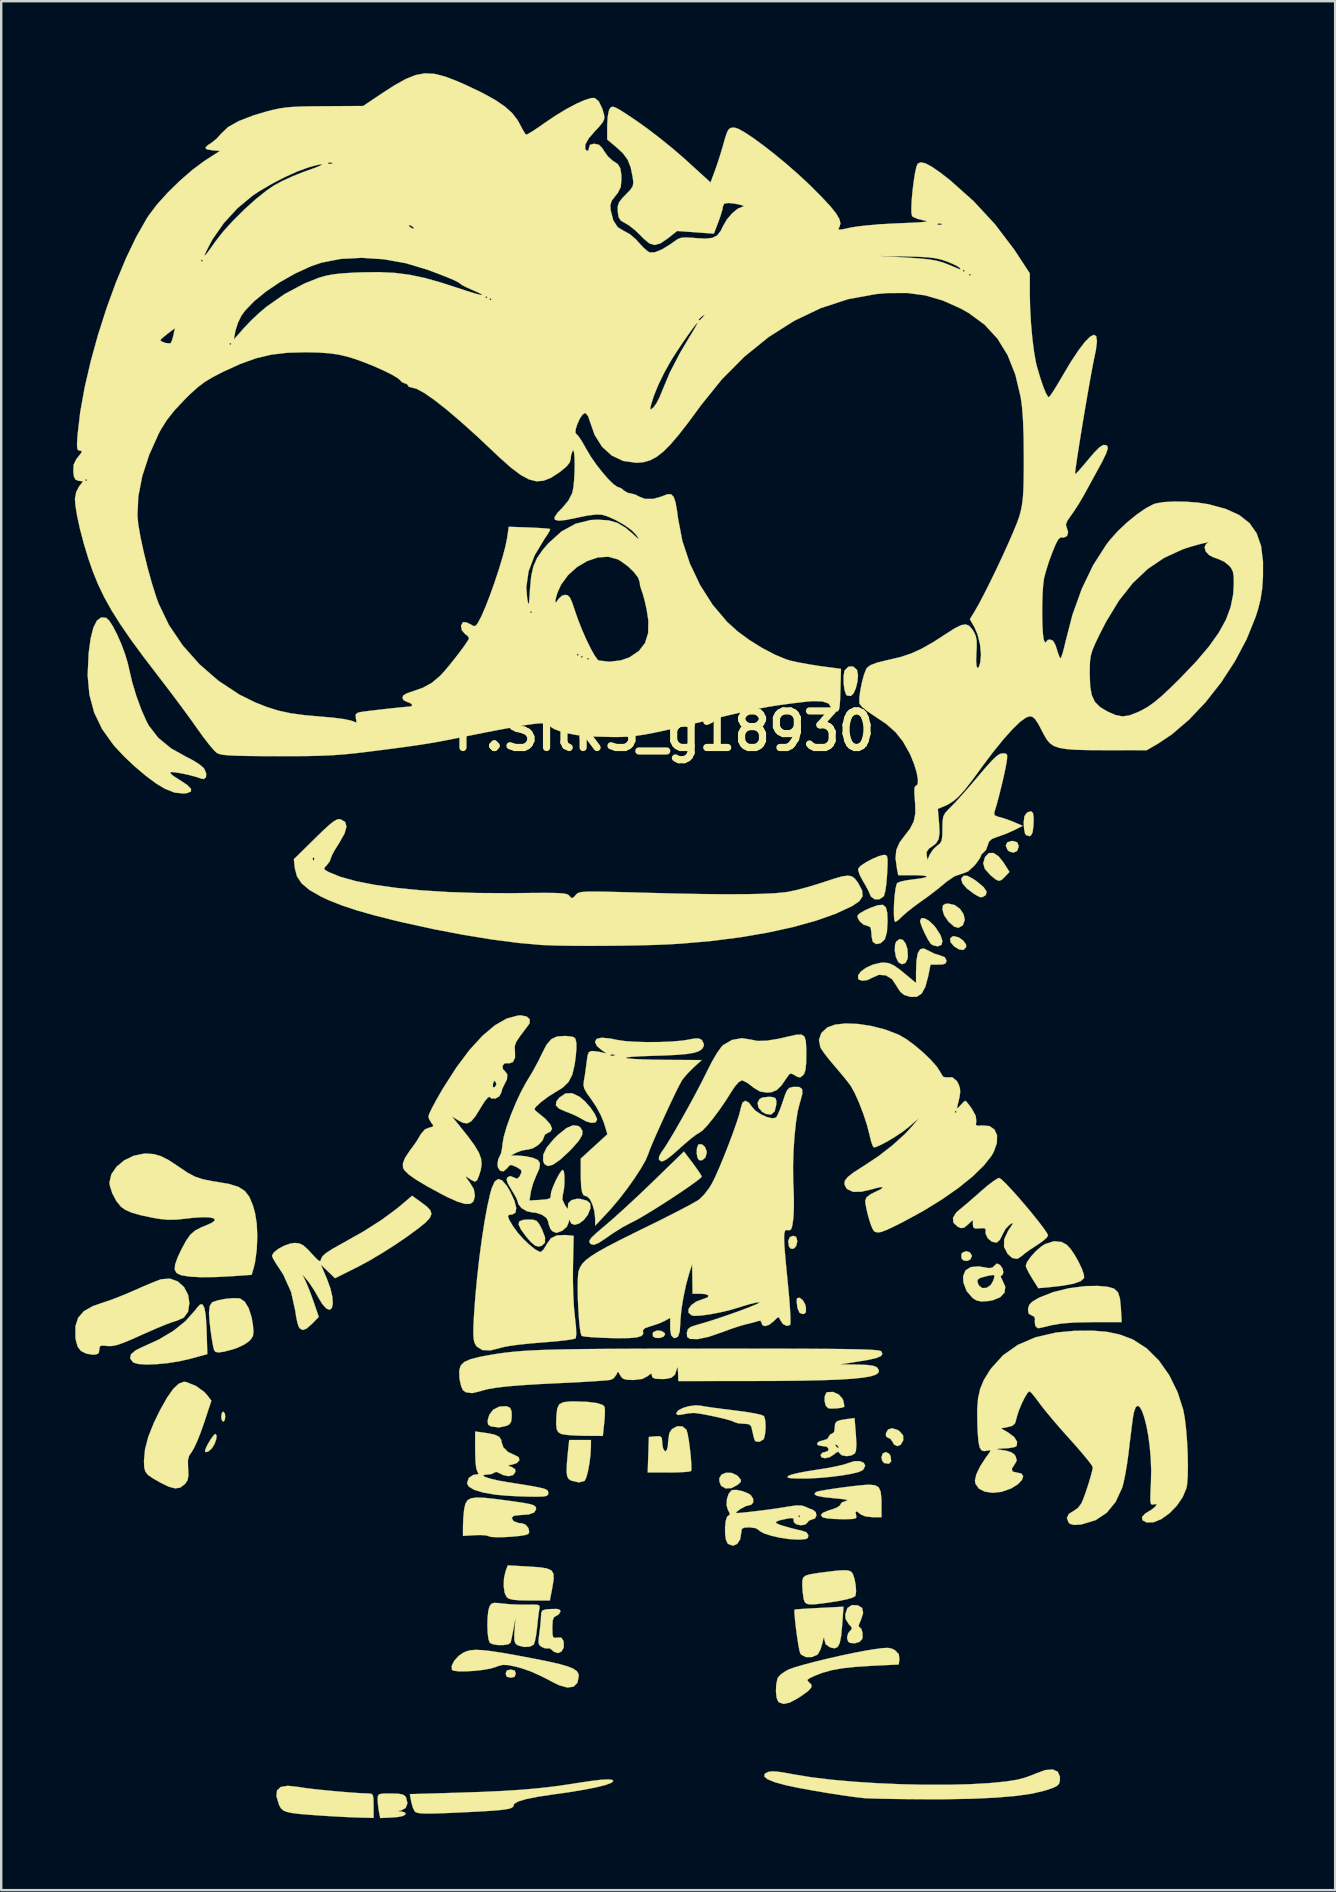
<source format=kicad_pcb>
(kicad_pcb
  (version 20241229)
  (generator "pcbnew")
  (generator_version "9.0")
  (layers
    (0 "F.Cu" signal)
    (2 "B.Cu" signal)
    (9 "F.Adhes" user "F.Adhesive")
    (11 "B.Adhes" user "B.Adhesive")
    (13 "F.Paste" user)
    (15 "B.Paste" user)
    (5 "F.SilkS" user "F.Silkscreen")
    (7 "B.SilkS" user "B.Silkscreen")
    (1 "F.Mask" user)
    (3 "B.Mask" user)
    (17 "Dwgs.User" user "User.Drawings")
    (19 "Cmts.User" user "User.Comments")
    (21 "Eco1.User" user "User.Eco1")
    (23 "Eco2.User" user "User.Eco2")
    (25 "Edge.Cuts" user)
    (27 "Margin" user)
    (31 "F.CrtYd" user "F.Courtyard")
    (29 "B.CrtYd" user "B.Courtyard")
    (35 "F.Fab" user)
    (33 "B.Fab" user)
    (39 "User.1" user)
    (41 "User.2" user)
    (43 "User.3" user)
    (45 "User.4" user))
  (footprint "F.SilkS_g18930"
    (layer "F.Cu")
    (at 24.626 27.412)
    (property "Reference" "F.SilkS_g18930" (at 0 0 0) (layer "F.SilkS") (effects (font (size 1.524 1.524) (thickness 0.3))))
    (attr through_hole)
    (fp_poly (pts (xy -18.309 28.436) (xy -18.288 28.575) (xy -18.317 28.734) (xy -18.373 28.787) (xy -18.436 28.714) (xy -18.457 28.575) (xy -18.428 28.416) (xy -18.373 28.363) (xy -18.309 28.436)) (stroke (width 0.01) (type solid)) (fill yes) (layer "F.SilkS"))
    (fp_poly (pts (xy -6.226 39.156) (xy -6.181 39.285) (xy -6.23 39.418) (xy -6.392 39.455) (xy -6.558 39.415) (xy -6.604 39.285) (xy -6.554 39.153) (xy -6.392 39.116) (xy -6.226 39.156)) (stroke (width 0.01) (type solid)) (fill yes) (layer "F.SilkS"))
    (fp_poly (pts (xy -0.121 25.002) (xy 0.014 25.077) (xy 0.042 25.146) (xy -0.028 25.245) (xy -0.188 25.298) (xy -0.362 25.293) (xy -0.467 25.228) (xy -0.472 25.09) (xy -0.443 25.047) (xy -0.298 24.987) (xy -0.121 25.002)) (stroke (width 0.01) (type solid)) (fill yes) (layer "F.SilkS"))
    (fp_poly (pts (xy 5.501 21.08) (xy 5.544 21.231) (xy 5.546 21.293) (xy 5.499 21.478) (xy 5.392 21.58) (xy 5.272 21.572) (xy 5.2 21.474) (xy 5.17 21.253) (xy 5.245 21.092) (xy 5.377 21.04) (xy 5.501 21.08)) (stroke (width 0.01) (type solid)) (fill yes) (layer "F.SilkS"))
    (fp_poly (pts (xy 9.379 30.117) (xy 9.44 30.225) (xy 9.462 30.44) (xy 9.367 30.539) (xy 9.167 30.509) (xy 9.165 30.509) (xy 9.083 30.4) (xy 9.059 30.261) (xy 9.116 30.103) (xy 9.244 30.053) (xy 9.379 30.117)) (stroke (width 0.01) (type solid)) (fill yes) (layer "F.SilkS"))
    (fp_poly (pts (xy 12.741 21.727) (xy 12.825 21.862) (xy 12.827 21.887) (xy 12.762 22.027) (xy 12.615 22.089) (xy 12.463 22.058) (xy 12.392 21.971) (xy 12.39 21.808) (xy 12.426 21.746) (xy 12.583 21.68) (xy 12.741 21.727)) (stroke (width 0.01) (type solid)) (fill yes) (layer "F.SilkS"))
    (fp_poly (pts (xy 12.288 8.609) (xy 12.467 8.738) (xy 12.58 8.894) (xy 12.589 9.006) (xy 12.474 9.129) (xy 12.285 9.102) (xy 12.08 8.972) (xy 11.938 8.805) (xy 11.917 8.654) (xy 12.015 8.563) (xy 12.095 8.553) (xy 12.288 8.609)) (stroke (width 0.01) (type solid)) (fill yes) (layer "F.SilkS"))
    (fp_poly (pts (xy 14.541 4.587) (xy 14.716 4.641) (xy 14.773 4.778) (xy 14.774 4.826) (xy 14.711 5) (xy 14.561 5.071) (xy 14.386 5.024) (xy 14.313 4.958) (xy 14.237 4.777) (xy 14.305 4.639) (xy 14.49 4.584) (xy 14.541 4.587)) (stroke (width 0.01) (type solid)) (fill yes) (layer "F.SilkS"))
    (fp_poly (pts (xy 1.704 17.34) (xy 1.775 17.52) (xy 1.778 17.568) (xy 1.723 17.773) (xy 1.59 17.889) (xy 1.46 17.889) (xy 1.389 17.786) (xy 1.358 17.594) (xy 1.369 17.388) (xy 1.424 17.244) (xy 1.443 17.227) (xy 1.578 17.226) (xy 1.704 17.34)) (stroke (width 0.01) (type solid)) (fill yes) (layer "F.SilkS"))
    (fp_poly (pts (xy -18.649 29.36) (xy -18.665 29.517) (xy -18.734 29.713) (xy -18.842 29.89) (xy -18.858 29.909) (xy -18.999 30.027) (xy -19.106 30.056) (xy -19.135 30.011) (xy -19.094 29.879) (xy -18.995 29.685) (xy -18.872 29.486) (xy -18.759 29.338) (xy -18.7 29.295) (xy -18.649 29.36)) (stroke (width 0.01) (type solid)) (fill yes) (layer "F.SilkS"))
    (fp_poly (pts (xy 2.815 30.921) (xy 3.031 31.019) (xy 3.094 31.077) (xy 3.201 31.21) (xy 3.192 31.3) (xy 3.059 31.419) (xy 2.806 31.553) (xy 2.559 31.566) (xy 2.375 31.458) (xy 2.304 31.28) (xy 2.301 31.141) (xy 2.395 30.987) (xy 2.585 30.912) (xy 2.815 30.921)) (stroke (width 0.01) (type solid)) (fill yes) (layer "F.SilkS"))
    (fp_poly (pts (xy 4.5 15.254) (xy 4.634 15.298) (xy 4.68 15.414) (xy 4.675 15.575) (xy 4.606 15.855) (xy 4.46 15.985) (xy 4.245 15.962) (xy 4.083 15.87) (xy 3.93 15.694) (xy 3.896 15.498) (xy 3.979 15.338) (xy 4.098 15.277) (xy 4.347 15.247) (xy 4.5 15.254)) (stroke (width 0.01) (type solid)) (fill yes) (layer "F.SilkS"))
    (fp_poly (pts (xy 5.779 23.722) (xy 5.878 23.896) (xy 5.911 24.033) (xy 5.91 24.221) (xy 5.839 24.293) (xy 5.772 24.299) (xy 5.645 24.249) (xy 5.567 24.075) (xy 5.55 23.994) (xy 5.525 23.781) (xy 5.537 23.648) (xy 5.544 23.638) (xy 5.654 23.621) (xy 5.779 23.722)) (stroke (width 0.01) (type solid)) (fill yes) (layer "F.SilkS"))
    (fp_poly (pts (xy 9.95 8.707) (xy 10.065 8.856) (xy 10.14 9.091) (xy 10.157 9.383) (xy 10.146 9.492) (xy 10.064 9.664) (xy 9.918 9.722) (xy 9.768 9.643) (xy 9.761 9.634) (xy 9.661 9.422) (xy 9.613 9.151) (xy 9.626 8.898) (xy 9.675 8.775) (xy 9.814 8.671) (xy 9.95 8.707)) (stroke (width 0.01) (type solid)) (fill yes) (layer "F.SilkS"))
    (fp_poly (pts (xy 7.277 27.651) (xy 7.441 27.837) (xy 7.464 27.898) (xy 7.503 28.079) (xy 7.505 28.168) (xy 7.391 28.206) (xy 7.187 28.232) (xy 6.971 28.238) (xy 6.837 28.223) (xy 6.738 28.121) (xy 6.689 27.931) (xy 6.694 27.726) (xy 6.758 27.58) (xy 6.795 27.557) (xy 7.037 27.545) (xy 7.277 27.651)) (stroke (width 0.01) (type solid)) (fill yes) (layer "F.SilkS"))
    (fp_poly (pts (xy 9.73 29.13) (xy 9.82 29.192) (xy 9.959 29.354) (xy 9.967 29.546) (xy 9.959 29.577) (xy 9.859 29.749) (xy 9.712 29.803) (xy 9.575 29.73) (xy 9.525 29.633) (xy 9.428 29.496) (xy 9.344 29.464) (xy 9.248 29.397) (xy 9.244 29.273) (xy 9.333 29.109) (xy 9.509 29.059) (xy 9.73 29.13)) (stroke (width 0.01) (type solid)) (fill yes) (layer "F.SilkS"))
    (fp_poly (pts (xy 13.942 5.227) (xy 14.141 5.477) (xy 14.393 5.874) (xy 14.209 6.07) (xy 14.065 6.208) (xy 13.948 6.248) (xy 13.81 6.183) (xy 13.599 6.009) (xy 13.592 6.003) (xy 13.368 5.752) (xy 13.299 5.513) (xy 13.375 5.254) (xy 13.38 5.244) (xy 13.533 5.089) (xy 13.727 5.085) (xy 13.942 5.227)) (stroke (width 0.01) (type solid)) (fill yes) (layer "F.SilkS"))
    (fp_poly (pts (xy 15.372 3.419) (xy 15.402 3.621) (xy 15.393 3.947) (xy 15.357 4.222) (xy 15.286 4.359) (xy 15.229 4.385) (xy 15.086 4.341) (xy 15.039 4.273) (xy 15.004 4.1) (xy 14.986 3.852) (xy 14.986 3.806) (xy 15.016 3.552) (xy 15.12 3.408) (xy 15.157 3.386) (xy 15.293 3.346) (xy 15.372 3.419)) (stroke (width 0.01) (type solid)) (fill yes) (layer "F.SilkS"))
    (fp_poly (pts (xy -6.544 28.149) (xy -6.416 28.21) (xy -6.36 28.343) (xy -6.35 28.536) (xy -6.368 28.768) (xy -6.443 28.893) (xy -6.567 28.958) (xy -6.878 29.027) (xy -7.213 28.983) (xy -7.218 28.982) (xy -7.339 28.901) (xy -7.354 28.733) (xy -7.283 28.494) (xy -7.122 28.285) (xy -6.865 28.157) (xy -6.579 28.141) (xy -6.544 28.149)) (stroke (width 0.01) (type solid)) (fill yes) (layer "F.SilkS"))
    (fp_poly (pts (xy -5.448 20.371) (xy -5.31 20.421) (xy -5.204 20.552) (xy -5.087 20.775) (xy -4.962 21.102) (xy -4.966 21.326) (xy -5.1 21.455) (xy -5.226 21.489) (xy -5.374 21.45) (xy -5.566 21.286) (xy -5.75 21.071) (xy -5.972 20.766) (xy -6.066 20.558) (xy -6.029 20.432) (xy -5.861 20.373) (xy -5.672 20.362) (xy -5.448 20.371)) (stroke (width 0.01) (type solid)) (fill yes) (layer "F.SilkS"))
    (fp_poly (pts (xy 12.118 7.259) (xy 12.335 7.42) (xy 12.48 7.638) (xy 12.53 7.871) (xy 12.457 8.08) (xy 12.429 8.111) (xy 12.27 8.203) (xy 12.094 8.158) (xy 11.874 7.967) (xy 11.849 7.94) (xy 11.669 7.68) (xy 11.599 7.436) (xy 11.599 7.432) (xy 11.622 7.266) (xy 11.726 7.204) (xy 11.857 7.197) (xy 12.118 7.259)) (stroke (width 0.01) (type solid)) (fill yes) (layer "F.SilkS"))
    (fp_poly (pts (xy 12.639 6.038) (xy 12.881 6.166) (xy 13.03 6.269) (xy 13.316 6.508) (xy 13.441 6.696) (xy 13.407 6.835) (xy 13.369 6.865) (xy 13.258 6.925) (xy 13.16 6.923) (xy 13.011 6.846) (xy 12.912 6.785) (xy 12.623 6.571) (xy 12.439 6.36) (xy 12.382 6.18) (xy 12.391 6.141) (xy 12.482 6.032) (xy 12.639 6.038)) (stroke (width 0.01) (type solid)) (fill yes) (layer "F.SilkS"))
    (fp_poly (pts (xy 8.02 -2.568) (xy 8.046 -2.519) (xy 8.081 -2.315) (xy 8.058 -2.051) (xy 7.991 -1.782) (xy 7.895 -1.566) (xy 7.785 -1.459) (xy 7.776 -1.457) (xy 7.628 -1.475) (xy 7.585 -1.512) (xy 7.518 -1.71) (xy 7.481 -1.991) (xy 7.479 -2.28) (xy 7.515 -2.497) (xy 7.529 -2.527) (xy 7.681 -2.678) (xy 7.865 -2.692) (xy 8.02 -2.568)) (stroke (width 0.01) (type solid)) (fill yes) (layer "F.SilkS"))
    (fp_poly (pts (xy 10.851 7.806) (xy 11.035 7.908) (xy 11.238 8.098) (xy 11.32 8.198) (xy 11.516 8.504) (xy 11.597 8.748) (xy 11.563 8.911) (xy 11.411 8.974) (xy 11.398 8.975) (xy 11.206 8.933) (xy 11.112 8.869) (xy 10.993 8.686) (xy 10.862 8.435) (xy 10.747 8.177) (xy 10.677 7.974) (xy 10.668 7.914) (xy 10.719 7.803) (xy 10.851 7.806)) (stroke (width 0.01) (type solid)) (fill yes) (layer "F.SilkS"))
    (fp_poly (pts (xy -3.573 16.463) (xy -3.488 16.527) (xy -3.402 16.669) (xy -3.417 16.841) (xy -3.544 17.062) (xy -3.793 17.352) (xy -3.971 17.535) (xy -4.343 17.877) (xy -4.634 18.076) (xy -4.847 18.132) (xy -4.988 18.048) (xy -5.043 17.916) (xy -5.036 17.655) (xy -4.887 17.353) (xy -4.592 16.999) (xy -4.414 16.825) (xy -4.073 16.552) (xy -3.795 16.432) (xy -3.573 16.463)) (stroke (width 0.01) (type solid)) (fill yes) (layer "F.SilkS"))
    (fp_poly (pts (xy -3.05 29.824) (xy -3.067 30.155) (xy -3.11 30.508) (xy -3.17 30.837) (xy -3.238 31.097) (xy -3.306 31.243) (xy -3.319 31.254) (xy -3.551 31.317) (xy -3.858 31.246) (xy -3.873 31.239) (xy -3.976 31.175) (xy -4.038 31.063) (xy -4.063 30.873) (xy -4.055 30.578) (xy -4.018 30.149) (xy -4.01 30.069) (xy -3.955 29.549) (xy -3.048 29.549) (xy -3.05 29.824)) (stroke (width 0.01) (type solid)) (fill yes) (layer "F.SilkS"))
    (fp_poly (pts (xy -5.659 34.821) (xy -5.2 34.852) (xy -4.887 34.9) (xy -4.698 34.983) (xy -4.611 35.121) (xy -4.601 35.334) (xy -4.648 35.641) (xy -4.655 35.68) (xy -4.761 36.237) (xy -5.592 36.237) (xy -6.009 36.231) (xy -6.289 36.207) (xy -6.464 36.164) (xy -6.556 36.104) (xy -6.645 35.92) (xy -6.685 35.636) (xy -6.673 35.314) (xy -6.607 35.018) (xy -6.601 35.003) (xy -6.514 34.774) (xy -5.659 34.821)) (stroke (width 0.01) (type solid)) (fill yes) (layer "F.SilkS"))
    (fp_poly (pts (xy -3.528 15.242) (xy -3.517 15.249) (xy -3.299 15.436) (xy -3.083 15.679) (xy -2.906 15.931) (xy -2.805 16.141) (xy -2.794 16.206) (xy -2.859 16.314) (xy -3.026 16.334) (xy -3.255 16.267) (xy -3.429 16.171) (xy -3.671 16.039) (xy -3.972 15.909) (xy -4.078 15.871) (xy -4.376 15.742) (xy -4.511 15.601) (xy -4.489 15.435) (xy -4.363 15.278) (xy -4.11 15.106) (xy -3.838 15.095) (xy -3.528 15.242)) (stroke (width 0.01) (type solid)) (fill yes) (layer "F.SilkS"))
    (fp_poly (pts (xy -3.211 27.958) (xy -2.814 28.007) (xy -2.565 28.085) (xy -2.481 28.166) (xy -2.466 28.306) (xy -2.472 28.557) (xy -2.495 28.831) (xy -2.553 29.379) (xy -3.33 29.374) (xy -3.698 29.363) (xy -4.019 29.34) (xy -4.244 29.307) (xy -4.297 29.292) (xy -4.413 29.22) (xy -4.477 29.096) (xy -4.499 28.881) (xy -4.488 28.536) (xy -4.488 28.533) (xy -4.454 28.242) (xy -4.371 28.065) (xy -4.204 27.974) (xy -3.919 27.943) (xy -3.744 27.941) (xy -3.211 27.958)) (stroke (width 0.01) (type solid)) (fill yes) (layer "F.SilkS"))
    (fp_poly (pts (xy 16.573 21.298) (xy 16.785 21.419) (xy 16.94 21.586) (xy 17.112 21.839) (xy 17.278 22.133) (xy 17.414 22.422) (xy 17.495 22.661) (xy 17.503 22.799) (xy 17.366 22.927) (xy 17.063 23.034) (xy 16.597 23.12) (xy 16.2 23.165) (xy 15.593 23.222) (xy 15.334 22.808) (xy 15.191 22.564) (xy 15.096 22.367) (xy 15.072 22.284) (xy 15.132 22.123) (xy 15.286 21.906) (xy 15.495 21.678) (xy 15.718 21.483) (xy 15.877 21.383) (xy 16.253 21.264) (xy 16.573 21.298)) (stroke (width 0.01) (type solid)) (fill yes) (layer "F.SilkS"))
    (fp_poly (pts (xy -19.231 23.902) (xy -19.156 24.052) (xy -19.103 24.355) (xy -19.071 24.817) (xy -19.064 25.012) (xy -19.036 25.97) (xy -19.741 26.162) (xy -20.196 26.266) (xy -20.674 26.343) (xy -21.141 26.389) (xy -21.56 26.404) (xy -21.893 26.384) (xy -22.105 26.327) (xy -22.128 26.312) (xy -22.255 26.147) (xy -22.218 25.977) (xy -22.02 25.809) (xy -21.8 25.701) (xy -21.051 25.358) (xy -20.443 24.996) (xy -19.947 24.594) (xy -19.534 24.131) (xy -19.459 24.03) (xy -19.331 23.897) (xy -19.231 23.902)) (stroke (width 0.01) (type solid)) (fill yes) (layer "F.SilkS"))
    (fp_poly (pts (xy -11.082 44.289) (xy -10.898 44.321) (xy -10.794 44.389) (xy -10.751 44.453) (xy -10.696 44.687) (xy -10.771 44.882) (xy -10.947 44.983) (xy -11.076 45.011) (xy -11.04 45.024) (xy -10.936 45.031) (xy -10.793 45.077) (xy -10.773 45.148) (xy -10.878 45.216) (xy -11.122 45.264) (xy -11.32 45.279) (xy -11.831 45.304) (xy -11.884 45.036) (xy -11.924 44.757) (xy -11.938 44.524) (xy -11.931 44.393) (xy -11.886 44.32) (xy -11.764 44.289) (xy -11.526 44.281) (xy -11.391 44.281) (xy -11.082 44.289)) (stroke (width 0.01) (type solid)) (fill yes) (layer "F.SilkS"))
    (fp_poly (pts (xy 9.242 7.348) (xy 9.3 7.584) (xy 9.313 7.95) (xy 9.286 8.384) (xy 9.204 8.665) (xy 9.182 8.702) (xy 9.016 8.849) (xy 8.839 8.882) (xy 8.706 8.794) (xy 8.687 8.756) (xy 8.649 8.574) (xy 8.636 8.375) (xy 8.605 8.189) (xy 8.499 8.129) (xy 8.48 8.128) (xy 8.307 8.069) (xy 8.15 7.93) (xy 8.062 7.768) (xy 8.065 7.685) (xy 8.161 7.596) (xy 8.367 7.477) (xy 8.585 7.377) (xy 8.906 7.262) (xy 9.118 7.247) (xy 9.242 7.348)) (stroke (width 0.01) (type solid)) (fill yes) (layer "F.SilkS"))
    (fp_poly (pts (xy 9.248 5.176) (xy 9.293 5.231) (xy 9.313 5.361) (xy 9.312 5.597) (xy 9.294 5.967) (xy 9.264 6.353) (xy 9.219 6.665) (xy 9.166 6.862) (xy 9.146 6.898) (xy 8.967 7.015) (xy 8.77 7.013) (xy 8.62 6.902) (xy 8.59 6.837) (xy 8.513 6.657) (xy 8.378 6.407) (xy 8.287 6.255) (xy 8.152 6.003) (xy 8.088 5.802) (xy 8.092 5.73) (xy 8.197 5.616) (xy 8.409 5.475) (xy 8.673 5.334) (xy 8.935 5.222) (xy 9.142 5.166) (xy 9.172 5.165) (xy 9.248 5.176)) (stroke (width 0.01) (type solid)) (fill yes) (layer "F.SilkS"))
    (fp_poly (pts (xy 8.073 36.438) (xy 8.252 36.55) (xy 8.295 36.757) (xy 8.2 37.055) (xy 8.175 37.105) (xy 8.112 37.265) (xy 8.123 37.338) (xy 8.127 37.338) (xy 8.215 37.411) (xy 8.268 37.582) (xy 8.27 37.783) (xy 8.255 37.846) (xy 8.142 37.963) (xy 7.947 38.021) (xy 7.752 38.005) (xy 7.676 37.959) (xy 7.621 37.8) (xy 7.668 37.608) (xy 7.75 37.505) (xy 7.827 37.413) (xy 7.787 37.317) (xy 7.702 37.233) (xy 7.562 37.003) (xy 7.552 36.81) (xy 7.638 36.551) (xy 7.824 36.428) (xy 8.073 36.438)) (stroke (width 0.01) (type solid)) (fill yes) (layer "F.SilkS"))
    (fp_poly (pts (xy 8.159 30.432) (xy 8.318 30.498) (xy 8.381 30.613) (xy 8.316 30.76) (xy 8.257 30.817) (xy 8.096 30.887) (xy 7.803 30.958) (xy 7.413 31.025) (xy 6.964 31.083) (xy 6.491 31.127) (xy 6.032 31.151) (xy 5.8 31.154) (xy 5.442 31.15) (xy 5.231 31.136) (xy 5.143 31.109) (xy 5.155 31.065) (xy 5.181 31.043) (xy 5.318 30.989) (xy 5.584 30.924) (xy 5.942 30.855) (xy 6.353 30.79) (xy 6.36 30.789) (xy 6.789 30.721) (xy 7.182 30.645) (xy 7.495 30.571) (xy 7.676 30.51) (xy 7.935 30.43) (xy 8.159 30.432)) (stroke (width 0.01) (type solid)) (fill yes) (layer "F.SilkS"))
    (fp_poly (pts (xy -17.707 23.645) (xy -17.671 23.652) (xy -17.479 23.782) (xy -17.314 24.053) (xy -17.19 24.436) (xy -17.135 24.76) (xy -17.112 25.037) (xy -17.134 25.213) (xy -17.218 25.349) (xy -17.29 25.425) (xy -17.49 25.567) (xy -17.778 25.704) (xy -17.97 25.771) (xy -18.332 25.867) (xy -18.565 25.901) (xy -18.698 25.875) (xy -18.754 25.802) (xy -18.801 25.608) (xy -18.854 25.302) (xy -18.904 24.945) (xy -18.943 24.593) (xy -18.963 24.305) (xy -18.965 24.239) (xy -18.936 23.965) (xy -18.842 23.818) (xy -18.817 23.803) (xy -18.593 23.726) (xy -18.282 23.667) (xy -17.96 23.637) (xy -17.707 23.645)) (stroke (width 0.01) (type solid)) (fill yes) (layer "F.SilkS"))
    (fp_poly (pts (xy 0.767 28.983) (xy 0.928 29.12) (xy 0.932 29.127) (xy 0.977 29.276) (xy 1.025 29.536) (xy 1.07 29.86) (xy 1.108 30.201) (xy 1.132 30.51) (xy 1.139 30.74) (xy 1.125 30.84) (xy 1.032 30.866) (xy 0.805 30.887) (xy 0.483 30.9) (xy 0.203 30.903) (xy -0.684 30.903) (xy -0.659 30.163) (xy -0.635 29.422) (xy -0.36 29.395) (xy -0.17 29.393) (xy -0.096 29.459) (xy -0.085 29.579) (xy -0.064 29.799) (xy -0.033 29.922) (xy 0.039 30.024) (xy 0.107 29.98) (xy 0.155 29.814) (xy 0.169 29.599) (xy 0.215 29.268) (xy 0.324 29.096) (xy 0.548 28.974) (xy 0.767 28.983)) (stroke (width 0.01) (type solid)) (fill yes) (layer "F.SilkS"))
    (fp_poly (pts (xy 7.66 34.985) (xy 7.783 35.027) (xy 7.853 35.104) (xy 7.859 35.115) (xy 7.935 35.334) (xy 7.985 35.608) (xy 8.001 35.867) (xy 7.974 36.042) (xy 7.968 36.054) (xy 7.855 36.118) (xy 7.61 36.189) (xy 7.269 36.259) (xy 7.103 36.286) (xy 6.626 36.355) (xy 6.29 36.395) (xy 6.068 36.4) (xy 5.933 36.37) (xy 5.86 36.301) (xy 5.82 36.189) (xy 5.81 36.142) (xy 5.774 35.868) (xy 5.757 35.569) (xy 5.757 35.555) (xy 5.764 35.389) (xy 5.802 35.276) (xy 5.901 35.199) (xy 6.09 35.144) (xy 6.398 35.094) (xy 6.692 35.055) (xy 7.144 35) (xy 7.457 34.977) (xy 7.66 34.985)) (stroke (width 0.01) (type solid)) (fill yes) (layer "F.SilkS"))
    (fp_poly (pts (xy 18.49 23.164) (xy 18.755 23.242) (xy 18.913 23.392) (xy 18.996 23.645) (xy 19.035 24.031) (xy 19.036 24.046) (xy 19.069 24.638) (xy 17.85 24.638) (xy 17.115 24.652) (xy 16.544 24.695) (xy 16.143 24.765) (xy 15.87 24.833) (xy 15.664 24.879) (xy 15.584 24.892) (xy 15.495 24.825) (xy 15.463 24.765) (xy 15.445 24.582) (xy 15.459 24.522) (xy 15.427 24.41) (xy 15.323 24.359) (xy 15.192 24.282) (xy 15.166 24.115) (xy 15.17 24.073) (xy 15.216 23.919) (xy 15.336 23.79) (xy 15.569 23.65) (xy 15.663 23.602) (xy 16.225 23.382) (xy 16.88 23.222) (xy 17.559 23.135) (xy 18.087 23.128) (xy 18.49 23.164)) (stroke (width 0.01) (type solid)) (fill yes) (layer "F.SilkS"))
    (fp_poly (pts (xy -15.252 44.006) (xy -15.216 44.012) (xy -14.942 44.054) (xy -14.545 44.102) (xy -14.073 44.151) (xy -13.57 44.198) (xy -13.085 44.238) (xy -12.664 44.267) (xy -12.352 44.28) (xy -12.307 44.281) (xy -12.196 44.293) (xy -12.136 44.357) (xy -12.112 44.512) (xy -12.107 44.789) (xy -12.107 45.297) (xy -12.679 45.284) (xy -13.01 45.273) (xy -13.444 45.252) (xy -13.915 45.226) (xy -14.217 45.207) (xy -14.794 45.167) (xy -15.225 45.13) (xy -15.534 45.09) (xy -15.746 45.041) (xy -15.884 44.977) (xy -15.972 44.893) (xy -16.034 44.782) (xy -16.051 44.743) (xy -16.155 44.396) (xy -16.131 44.152) (xy -15.975 44.008) (xy -15.683 43.96) (xy -15.252 44.006)) (stroke (width 0.01) (type solid)) (fill yes) (layer "F.SilkS"))
    (fp_poly (pts (xy 7.42 37.274) (xy 7.378 37.718) (xy 7.318 38.013) (xy 7.23 38.177) (xy 7.102 38.231) (xy 6.925 38.194) (xy 6.915 38.19) (xy 6.734 38.065) (xy 6.679 37.869) (xy 6.666 37.771) (xy 6.637 37.83) (xy 6.596 38.015) (xy 6.52 38.27) (xy 6.418 38.461) (xy 6.377 38.502) (xy 6.15 38.596) (xy 5.907 38.594) (xy 5.718 38.5) (xy 5.676 38.444) (xy 5.638 38.315) (xy 5.593 38.073) (xy 5.544 37.759) (xy 5.498 37.418) (xy 5.46 37.091) (xy 5.436 36.822) (xy 5.431 36.652) (xy 5.439 36.617) (xy 5.527 36.606) (xy 5.75 36.589) (xy 6.075 36.569) (xy 6.468 36.548) (xy 6.468 36.548) (xy 7.476 36.496) (xy 7.42 37.274)) (stroke (width 0.01) (type solid)) (fill yes) (layer "F.SilkS"))
    (fp_poly (pts (xy 1.178 17.991) (xy 1.361 18.242) (xy 1.502 18.448) (xy 1.57 18.564) (xy 1.513 18.633) (xy 1.336 18.774) (xy 1.064 18.969) (xy 0.724 19.203) (xy 0.34 19.458) (xy -0.063 19.719) (xy -0.46 19.968) (xy -0.825 20.19) (xy -1.132 20.368) (xy -1.358 20.484) (xy -1.377 20.493) (xy -1.733 20.68) (xy -2.175 20.96) (xy -2.461 21.161) (xy -2.739 21.343) (xy -2.926 21.415) (xy -3.052 21.385) (xy -3.076 21.364) (xy -3.118 21.299) (xy -3.103 21.22) (xy -3.014 21.104) (xy -2.833 20.932) (xy -2.543 20.683) (xy -2.411 20.572) (xy -2.116 20.317) (xy -1.735 19.974) (xy -1.302 19.575) (xy -0.851 19.151) (xy -0.431 18.747) (xy 0.826 17.526) (xy 1.178 17.991)) (stroke (width 0.01) (type solid)) (fill yes) (layer "F.SilkS"))
    (fp_poly (pts (xy -19.915 27.133) (xy -19.509 27.296) (xy -19.159 27.551) (xy -19.031 27.694) (xy -18.867 27.914) (xy -19.183 28.868) (xy -19.325 29.267) (xy -19.47 29.626) (xy -19.6 29.903) (xy -19.687 30.045) (xy -19.798 30.211) (xy -19.844 30.398) (xy -19.84 30.673) (xy -19.835 30.734) (xy -19.824 31.027) (xy -19.857 31.215) (xy -19.95 31.36) (xy -19.977 31.39) (xy -20.163 31.531) (xy -20.376 31.566) (xy -20.651 31.492) (xy -20.987 31.327) (xy -21.309 31.144) (xy -21.511 31.003) (xy -21.62 30.866) (xy -21.665 30.694) (xy -21.675 30.45) (xy -21.675 30.398) (xy -21.631 29.93) (xy -21.496 29.413) (xy -21.259 28.822) (xy -21.003 28.3) (xy -20.713 27.784) (xy -20.459 27.422) (xy -20.231 27.205) (xy -20.021 27.124) (xy -19.915 27.133)) (stroke (width 0.01) (type solid)) (fill yes) (layer "F.SilkS"))
    (fp_poly (pts (xy -4.344 36.626) (xy -4.318 36.693) (xy -4.389 36.817) (xy -4.487 36.872) (xy -4.589 36.933) (xy -4.64 37.061) (xy -4.656 37.303) (xy -4.657 37.374) (xy -4.652 37.633) (xy -4.624 37.761) (xy -4.553 37.796) (xy -4.449 37.783) (xy -4.286 37.785) (xy -4.202 37.906) (xy -4.185 37.965) (xy -4.182 38.199) (xy -4.276 38.363) (xy -4.428 38.43) (xy -4.598 38.37) (xy -4.656 38.313) (xy -4.774 38.228) (xy -4.834 38.232) (xy -4.957 38.231) (xy -5.088 38.18) (xy -5.192 38.106) (xy -5.234 37.997) (xy -5.225 37.802) (xy -5.203 37.647) (xy -5.162 37.326) (xy -5.135 37.019) (xy -5.13 36.915) (xy -5.117 36.736) (xy -5.059 36.645) (xy -4.91 36.607) (xy -4.72 36.593) (xy -4.466 36.589) (xy -4.344 36.626)) (stroke (width 0.01) (type solid)) (fill yes) (layer "F.SilkS"))
    (fp_poly (pts (xy -7.563 38.307) (xy -7.196 38.349) (xy -6.722 38.422) (xy -6.12 38.529) (xy -5.517 38.642) (xy -4.877 38.769) (xy -4.387 38.879) (xy -4.029 38.98) (xy -3.786 39.078) (xy -3.638 39.18) (xy -3.568 39.292) (xy -3.556 39.378) (xy -3.612 39.667) (xy -3.775 39.83) (xy -4.034 39.865) (xy -4.38 39.767) (xy -4.575 39.673) (xy -5.107 39.396) (xy -5.548 39.198) (xy -5.944 39.059) (xy -6.206 38.99) (xy -6.507 38.929) (xy -6.716 38.92) (xy -6.905 38.965) (xy -7.011 39.006) (xy -7.242 39.075) (xy -7.556 39.13) (xy -7.909 39.17) (xy -8.257 39.19) (xy -8.558 39.19) (xy -8.768 39.164) (xy -8.841 39.127) (xy -8.852 38.964) (xy -8.751 38.756) (xy -8.566 38.55) (xy -8.382 38.42) (xy -8.233 38.353) (xy -8.061 38.31) (xy -7.844 38.294) (xy -7.563 38.307)) (stroke (width 0.01) (type solid)) (fill yes) (layer "F.SilkS"))
    (fp_poly (pts (xy -7.478 31.959) (xy -7.005 32.01) (xy -6.79 32.038) (xy -6.263 32.109) (xy -5.88 32.166) (xy -5.62 32.214) (xy -5.458 32.261) (xy -5.372 32.312) (xy -5.339 32.374) (xy -5.334 32.427) (xy -5.41 32.567) (xy -5.64 32.651) (xy -6.028 32.68) (xy -6.032 32.68) (xy -6.268 32.709) (xy -6.35 32.795) (xy -6.35 32.799) (xy -6.274 32.931) (xy -6.07 33.008) (xy -5.923 33.02) (xy -5.767 33.082) (xy -5.653 33.225) (xy -5.621 33.384) (xy -5.658 33.463) (xy -5.78 33.508) (xy -6.02 33.547) (xy -6.33 33.577) (xy -6.662 33.596) (xy -6.969 33.601) (xy -7.201 33.589) (xy -7.309 33.559) (xy -7.426 33.524) (xy -7.656 33.509) (xy -7.881 33.515) (xy -8.382 33.544) (xy -8.381 33.134) (xy -8.369 32.804) (xy -8.338 32.481) (xy -8.326 32.399) (xy -8.278 32.199) (xy -8.193 32.061) (xy -8.048 31.979) (xy -7.817 31.947) (xy -7.478 31.959)) (stroke (width 0.01) (type solid)) (fill yes) (layer "F.SilkS"))
    (fp_poly (pts (xy -2.155 43.716) (xy -2.117 43.759) (xy -2.199 43.836) (xy -2.435 43.923) (xy -2.811 44.019) (xy -3.312 44.119) (xy -3.924 44.221) (xy -4.626 44.32) (xy -5.257 44.414) (xy -5.74 44.511) (xy -6.071 44.609) (xy -6.242 44.707) (xy -6.265 44.758) (xy -6.287 44.828) (xy -6.367 44.884) (xy -6.524 44.928) (xy -6.779 44.965) (xy -7.152 44.998) (xy -7.663 45.029) (xy -8.001 45.047) (xy -8.691 45.08) (xy -9.231 45.103) (xy -9.64 45.115) (xy -9.938 45.117) (xy -10.144 45.107) (xy -10.278 45.087) (xy -10.358 45.055) (xy -10.396 45.022) (xy -10.47 44.87) (xy -10.534 44.641) (xy -10.54 44.611) (xy -10.597 44.306) (xy -8.58 44.247) (xy -7.58 44.214) (xy -6.717 44.174) (xy -5.957 44.125) (xy -5.268 44.065) (xy -4.617 43.991) (xy -3.971 43.9) (xy -3.683 43.854) (xy -3.075 43.761) (xy -2.624 43.708) (xy -2.32 43.693) (xy -2.155 43.716)) (stroke (width 0.01) (type solid)) (fill yes) (layer "F.SilkS"))
    (fp_poly (pts (xy 9.476 38.237) (xy 9.606 38.301) (xy 9.62 38.31) (xy 9.781 38.475) (xy 9.805 38.677) (xy 9.779 38.904) (xy 8.664 38.959) (xy 7.975 39.003) (xy 7.421 39.063) (xy 6.967 39.146) (xy 6.578 39.256) (xy 6.28 39.373) (xy 6.059 39.477) (xy 5.972 39.547) (xy 5.998 39.611) (xy 6.057 39.659) (xy 6.147 39.759) (xy 6.131 39.871) (xy 5.997 40.015) (xy 5.73 40.208) (xy 5.595 40.297) (xy 5.248 40.487) (xy 4.987 40.549) (xy 4.796 40.487) (xy 4.758 40.454) (xy 4.69 40.296) (xy 4.661 40.041) (xy 4.67 39.756) (xy 4.719 39.511) (xy 4.749 39.441) (xy 4.879 39.304) (xy 5.102 39.159) (xy 5.209 39.106) (xy 5.449 39.02) (xy 5.82 38.912) (xy 6.285 38.789) (xy 6.811 38.661) (xy 7.36 38.536) (xy 7.898 38.422) (xy 8.388 38.328) (xy 8.747 38.269) (xy 9.093 38.223) (xy 9.321 38.212) (xy 9.476 38.237)) (stroke (width 0.01) (type solid)) (fill yes) (layer "F.SilkS"))
    (fp_poly (pts (xy 13.985 22.245) (xy 14.003 22.26) (xy 14.103 22.4) (xy 14.138 22.559) (xy 14.1 22.672) (xy 14.05 22.691) (xy 14.025 22.748) (xy 14.092 22.879) (xy 14.218 23.162) (xy 14.186 23.407) (xy 14.005 23.6) (xy 13.685 23.728) (xy 13.495 23.76) (xy 13.209 23.776) (xy 13.012 23.731) (xy 12.86 23.634) (xy 12.608 23.342) (xy 12.472 22.983) (xy 12.467 22.875) (xy 13.06 22.875) (xy 13.068 22.997) (xy 13.122 23.112) (xy 13.259 23.218) (xy 13.447 23.207) (xy 13.618 23.084) (xy 13.706 22.925) (xy 13.749 22.812) (xy 13.77 22.708) (xy 13.724 22.671) (xy 13.572 22.691) (xy 13.421 22.725) (xy 13.169 22.796) (xy 13.06 22.875) (xy 12.467 22.875) (xy 12.461 22.722) (xy 12.561 22.48) (xy 12.783 22.342) (xy 13.108 22.314) (xy 13.303 22.345) (xy 13.544 22.386) (xy 13.682 22.364) (xy 13.765 22.286) (xy 13.868 22.194) (xy 13.985 22.245)) (stroke (width 0.01) (type solid)) (fill yes) (layer "F.SilkS"))
    (fp_poly (pts (xy -6.879 36.346) (xy -6.744 36.364) (xy -6.415 36.394) (xy -6.019 36.411) (xy -5.733 36.411) (xy -5.431 36.407) (xy -5.263 36.42) (xy -5.194 36.463) (xy -5.191 36.547) (xy -5.2 36.593) (xy -5.228 36.775) (xy -5.263 37.063) (xy -5.296 37.38) (xy -5.335 37.692) (xy -5.386 37.942) (xy -5.437 38.078) (xy -5.437 38.079) (xy -5.599 38.163) (xy -5.838 38.175) (xy -6.077 38.114) (xy -6.121 38.091) (xy -6.204 38.015) (xy -6.242 37.883) (xy -6.243 37.652) (xy -6.231 37.48) (xy -6.19 36.957) (xy -6.278 37.423) (xy -6.332 37.7) (xy -6.378 37.915) (xy -6.397 37.994) (xy -6.495 38.062) (xy -6.696 38.095) (xy -6.935 38.094) (xy -7.149 38.057) (xy -7.264 37.998) (xy -7.318 37.859) (xy -7.352 37.605) (xy -7.365 37.287) (xy -7.357 36.959) (xy -7.327 36.674) (xy -7.277 36.483) (xy -7.273 36.476) (xy -7.199 36.376) (xy -7.084 36.336) (xy -6.879 36.346)) (stroke (width 0.01) (type solid)) (fill yes) (layer "F.SilkS"))
    (fp_poly (pts (xy 11.036 9.165) (xy 11.051 9.176) (xy 11.255 9.277) (xy 11.493 9.352) (xy 11.702 9.434) (xy 11.769 9.57) (xy 11.769 9.574) (xy 11.737 9.682) (xy 11.614 9.729) (xy 11.436 9.737) (xy 11.103 9.737) (xy 11.005 10.223) (xy 10.887 10.661) (xy 10.735 10.942) (xy 10.532 11.079) (xy 10.265 11.082) (xy 10.008 11.003) (xy 9.846 10.875) (xy 9.705 10.663) (xy 9.691 10.63) (xy 9.5 10.344) (xy 9.24 10.184) (xy 8.949 10.162) (xy 8.673 10.284) (xy 8.472 10.382) (xy 8.26 10.409) (xy 8.109 10.359) (xy 8.09 10.337) (xy 8.083 10.186) (xy 8.206 10.02) (xy 8.425 9.863) (xy 8.705 9.737) (xy 9.012 9.663) (xy 9.166 9.652) (xy 9.363 9.677) (xy 9.567 9.766) (xy 9.82 9.943) (xy 9.986 10.078) (xy 10.499 10.505) (xy 10.499 10.047) (xy 10.516 9.575) (xy 10.573 9.261) (xy 10.675 9.094) (xy 10.827 9.065) (xy 11.036 9.165)) (stroke (width 0.01) (type solid)) (fill yes) (layer "F.SilkS"))
    (fp_poly (pts (xy -20.269 22.94) (xy -20.005 23.177) (xy -19.834 23.507) (xy -19.784 23.844) (xy -19.84 24.205) (xy -20.014 24.447) (xy -20.313 24.581) (xy -20.344 24.588) (xy -20.518 24.642) (xy -20.808 24.753) (xy -21.18 24.907) (xy -21.598 25.09) (xy -21.749 25.157) (xy -22.216 25.366) (xy -22.562 25.508) (xy -22.816 25.593) (xy -23.008 25.632) (xy -23.168 25.634) (xy -23.211 25.629) (xy -23.422 25.611) (xy -23.515 25.648) (xy -23.537 25.764) (xy -23.537 25.789) (xy -23.562 25.929) (xy -23.669 25.985) (xy -23.824 25.993) (xy -24.085 25.947) (xy -24.301 25.839) (xy -24.438 25.664) (xy -24.515 25.389) (xy -24.533 25.247) (xy -24.531 24.802) (xy -24.419 24.453) (xy -24.182 24.181) (xy -23.804 23.967) (xy -23.408 23.831) (xy -23.11 23.731) (xy -22.72 23.583) (xy -22.298 23.41) (xy -22.056 23.304) (xy -21.682 23.139) (xy -21.34 22.996) (xy -21.075 22.891) (xy -20.956 22.849) (xy -20.596 22.823) (xy -20.269 22.94)) (stroke (width 0.01) (type solid)) (fill yes) (layer "F.SilkS"))
    (fp_poly (pts (xy 1.524 28.12) (xy 1.719 28.154) (xy 2.04 28.201) (xy 2.445 28.256) (xy 2.892 28.311) (xy 2.96 28.319) (xy 3.42 28.38) (xy 3.791 28.443) (xy 4.048 28.503) (xy 4.164 28.554) (xy 4.165 28.556) (xy 4.215 28.727) (xy 4.231 28.982) (xy 4.215 29.25) (xy 4.171 29.462) (xy 4.132 29.532) (xy 3.97 29.624) (xy 3.821 29.609) (xy 3.78 29.569) (xy 3.74 29.45) (xy 3.691 29.238) (xy 3.681 29.188) (xy 3.629 28.981) (xy 3.538 28.892) (xy 3.351 28.872) (xy 3.31 28.871) (xy 3.082 28.852) (xy 2.929 28.804) (xy 2.917 28.794) (xy 2.804 28.747) (xy 2.571 28.68) (xy 2.261 28.605) (xy 1.922 28.532) (xy 1.598 28.47) (xy 1.336 28.43) (xy 1.228 28.421) (xy 1.025 28.436) (xy 0.783 28.481) (xy 0.588 28.509) (xy 0.512 28.463) (xy 0.508 28.431) (xy 0.584 28.318) (xy 0.778 28.216) (xy 1.038 28.139) (xy 1.313 28.104) (xy 1.524 28.12)) (stroke (width 0.01) (type solid)) (fill yes) (layer "F.SilkS"))
    (fp_poly (pts (xy 7.992 29.311) (xy 8.014 29.729) (xy 7.995 29.996) (xy 7.951 30.108) (xy 7.798 30.197) (xy 7.59 30.222) (xy 7.402 30.184) (xy 7.313 30.103) (xy 7.258 30.034) (xy 7.158 30.084) (xy 7.088 30.145) (xy 6.901 30.264) (xy 6.709 30.308) (xy 6.564 30.274) (xy 6.519 30.184) (xy 6.59 30.08) (xy 6.689 30.057) (xy 6.827 30.004) (xy 6.858 29.93) (xy 6.784 29.83) (xy 6.597 29.803) (xy 6.413 29.768) (xy 6.4 29.742) (xy 7.126 29.742) (xy 7.146 29.79) (xy 7.231 29.88) (xy 7.281 29.862) (xy 7.281 29.85) (xy 7.221 29.778) (xy 7.184 29.752) (xy 7.126 29.742) (xy 6.4 29.742) (xy 6.371 29.689) (xy 6.465 29.606) (xy 6.632 29.564) (xy 6.801 29.505) (xy 6.858 29.416) (xy 6.926 29.309) (xy 6.985 29.295) (xy 7.085 29.22) (xy 7.112 29.038) (xy 7.125 28.875) (xy 7.191 28.778) (xy 7.348 28.72) (xy 7.63 28.674) (xy 7.936 28.632) (xy 7.992 29.311)) (stroke (width 0.01) (type solid)) (fill yes) (layer "F.SilkS"))
    (fp_poly (pts (xy 8.792 31.434) (xy 8.945 31.523) (xy 9.026 31.708) (xy 9.057 32.018) (xy 9.059 32.19) (xy 9.059 32.766) (xy 8.684 32.766) (xy 8.401 32.736) (xy 8.204 32.657) (xy 8.182 32.639) (xy 8.038 32.525) (xy 7.979 32.551) (xy 8.001 32.681) (xy 8.017 32.766) (xy 7.976 32.816) (xy 7.847 32.841) (xy 7.599 32.849) (xy 7.393 32.849) (xy 7.061 32.839) (xy 6.786 32.813) (xy 6.619 32.776) (xy 6.605 32.768) (xy 6.532 32.678) (xy 6.61 32.586) (xy 6.845 32.487) (xy 7.005 32.439) (xy 7.217 32.357) (xy 7.335 32.27) (xy 7.344 32.238) (xy 7.402 32.155) (xy 7.57 32.09) (xy 7.578 32.089) (xy 7.646 32.059) (xy 7.559 32.029) (xy 7.312 31.996) (xy 7.048 31.972) (xy 6.63 31.927) (xy 6.373 31.875) (xy 6.268 31.813) (xy 6.306 31.737) (xy 6.34 31.714) (xy 6.459 31.68) (xy 6.705 31.634) (xy 7.039 31.582) (xy 7.419 31.528) (xy 7.806 31.479) (xy 8.157 31.44) (xy 8.434 31.416) (xy 8.549 31.411) (xy 8.792 31.434)) (stroke (width 0.01) (type solid)) (fill yes) (layer "F.SilkS"))
    (fp_poly (pts (xy 16.403 43.371) (xy 16.496 43.577) (xy 16.495 43.74) (xy 16.464 43.865) (xy 16.382 43.958) (xy 16.214 44.042) (xy 15.924 44.142) (xy 15.861 44.162) (xy 15.348 44.284) (xy 14.668 44.381) (xy 13.824 44.453) (xy 12.817 44.5) (xy 11.648 44.521) (xy 10.737 44.52) (xy 10.143 44.515) (xy 9.587 44.508) (xy 9.098 44.499) (xy 8.704 44.49) (xy 8.433 44.48) (xy 8.34 44.474) (xy 7.922 44.425) (xy 7.392 44.35) (xy 6.801 44.258) (xy 6.203 44.157) (xy 5.649 44.056) (xy 5.194 43.963) (xy 5.078 43.937) (xy 4.62 43.812) (xy 4.317 43.69) (xy 4.174 43.573) (xy 4.195 43.463) (xy 4.239 43.429) (xy 4.358 43.376) (xy 4.517 43.357) (xy 4.75 43.373) (xy 5.093 43.427) (xy 5.376 43.48) (xy 6.114 43.601) (xy 6.96 43.704) (xy 7.886 43.787) (xy 8.864 43.851) (xy 9.866 43.894) (xy 10.865 43.916) (xy 11.831 43.916) (xy 12.737 43.894) (xy 13.556 43.848) (xy 14.258 43.779) (xy 14.732 43.703) (xy 15.056 43.615) (xy 15.4 43.489) (xy 15.494 43.447) (xy 15.89 43.303) (xy 16.197 43.279) (xy 16.403 43.371)) (stroke (width 0.01) (type solid)) (fill yes) (layer "F.SilkS"))
    (fp_poly (pts (xy -23.255 -4.716) (xy -23.127 -4.6) (xy -22.969 -4.356) (xy -22.796 -4.021) (xy -22.624 -3.631) (xy -22.471 -3.22) (xy -22.351 -2.825) (xy -22.302 -2.608) (xy -22.171 -2.045) (xy -21.992 -1.451) (xy -21.784 -0.883) (xy -21.569 -0.399) (xy -21.47 -0.216) (xy -21.079 0.289) (xy -20.539 0.731) (xy -19.926 1.072) (xy -19.613 1.235) (xy -19.349 1.404) (xy -19.184 1.547) (xy -19.168 1.568) (xy -19.082 1.771) (xy -19.092 1.931) (xy -19.186 2.005) (xy -19.284 1.987) (xy -19.501 1.914) (xy -19.792 1.837) (xy -20.101 1.77) (xy -20.372 1.724) (xy -20.546 1.711) (xy -20.563 1.713) (xy -20.575 1.765) (xy -20.445 1.879) (xy -20.193 2.04) (xy -19.874 2.25) (xy -19.716 2.41) (xy -19.717 2.522) (xy -19.877 2.589) (xy -20.024 2.607) (xy -20.402 2.568) (xy -20.797 2.413) (xy -21.163 2.193) (xy -21.594 1.873) (xy -22.05 1.489) (xy -22.492 1.074) (xy -22.879 0.662) (xy -22.955 0.572) (xy -23.421 -0.08) (xy -23.75 -0.764) (xy -23.949 -1.504) (xy -24.024 -2.324) (xy -23.981 -3.247) (xy -23.981 -3.25) (xy -23.897 -3.862) (xy -23.783 -4.31) (xy -23.637 -4.599) (xy -23.459 -4.732) (xy -23.255 -4.716)) (stroke (width 0.01) (type solid)) (fill yes) (layer "F.SilkS"))
    (fp_poly (pts (xy 14.061 18.689) (xy 14.239 18.86) (xy 14.477 19.113) (xy 14.754 19.422) (xy 15.048 19.763) (xy 15.336 20.109) (xy 15.597 20.434) (xy 15.81 20.713) (xy 15.952 20.92) (xy 16.002 21.028) (xy 15.935 21.127) (xy 15.758 21.277) (xy 15.51 21.446) (xy 15.506 21.448) (xy 15.238 21.623) (xy 15.02 21.781) (xy 14.903 21.884) (xy 14.718 22.002) (xy 14.508 21.963) (xy 14.315 21.79) (xy 14.166 21.499) (xy 14.172 21.188) (xy 14.334 20.837) (xy 14.368 20.784) (xy 14.501 20.585) (xy 14.541 20.504) (xy 14.492 20.518) (xy 14.395 20.581) (xy 14.227 20.754) (xy 14.099 20.991) (xy 14.095 21.004) (xy 13.992 21.205) (xy 13.868 21.317) (xy 13.85 21.322) (xy 13.659 21.285) (xy 13.488 21.142) (xy 13.398 20.952) (xy 13.398 20.87) (xy 13.399 20.754) (xy 13.311 20.718) (xy 13.15 20.729) (xy 12.958 20.736) (xy 12.881 20.677) (xy 12.869 20.569) (xy 12.869 20.375) (xy 12.658 20.574) (xy 12.498 20.702) (xy 12.371 20.718) (xy 12.235 20.659) (xy 12.058 20.496) (xy 12.038 20.293) (xy 12.173 20.071) (xy 12.298 19.96) (xy 12.483 19.809) (xy 12.749 19.583) (xy 13.051 19.319) (xy 13.197 19.188) (xy 13.478 18.948) (xy 13.725 18.76) (xy 13.904 18.647) (xy 13.965 18.627) (xy 14.061 18.689)) (stroke (width 0.01) (type solid)) (fill yes) (layer "F.SilkS"))
    (fp_poly (pts (xy -21.259 17.636) (xy -20.96 17.724) (xy -20.63 17.894) (xy -20.224 18.164) (xy -19.861 18.408) (xy -19.553 18.572) (xy -19.235 18.68) (xy -18.84 18.76) (xy -18.629 18.792) (xy -18.117 18.882) (xy -17.742 18.999) (xy -17.475 19.169) (xy -17.285 19.416) (xy -17.139 19.765) (xy -17.048 20.087) (xy -16.976 20.533) (xy -16.953 21.071) (xy -16.978 21.631) (xy -17.048 22.143) (xy -17.1 22.361) (xy -17.188 22.665) (xy -17.963 22.72) (xy -18.67 22.758) (xy -19.277 22.765) (xy -19.763 22.741) (xy -20.105 22.687) (xy -20.13 22.681) (xy -20.311 22.594) (xy -20.394 22.453) (xy -20.379 22.236) (xy -20.265 21.92) (xy -20.118 21.609) (xy -19.919 21.241) (xy -19.742 20.991) (xy -19.544 20.819) (xy -19.287 20.685) (xy -19.113 20.616) (xy -18.839 20.493) (xy -18.723 20.392) (xy -18.755 20.318) (xy -18.926 20.273) (xy -19.225 20.263) (xy -19.643 20.29) (xy -19.879 20.318) (xy -20.317 20.364) (xy -20.67 20.371) (xy -21.021 20.337) (xy -21.303 20.289) (xy -21.813 20.181) (xy -22.185 20.075) (xy -22.45 19.959) (xy -22.636 19.827) (xy -22.831 19.585) (xy -22.998 19.266) (xy -23.099 18.948) (xy -23.114 18.812) (xy -23.035 18.474) (xy -22.819 18.16) (xy -22.499 17.895) (xy -22.109 17.705) (xy -21.679 17.615) (xy -21.572 17.611) (xy -21.259 17.636)) (stroke (width 0.01) (type solid)) (fill yes) (layer "F.SilkS"))
    (fp_poly (pts (xy -7.429 29.254) (xy -7.081 29.32) (xy -6.874 29.414) (xy -6.784 29.552) (xy -6.773 29.644) (xy -6.698 29.856) (xy -6.504 30.048) (xy -6.239 30.172) (xy -6.23 30.174) (xy -6.058 30.266) (xy -6.03 30.392) (xy -6.138 30.509) (xy -6.309 30.567) (xy -6.474 30.602) (xy -6.483 30.63) (xy -6.364 30.668) (xy -6.21 30.764) (xy -6.195 30.876) (xy -6.294 31.011) (xy -6.486 31.057) (xy -6.718 31.006) (xy -6.816 30.953) (xy -6.988 30.877) (xy -7.07 30.904) (xy -7.186 30.967) (xy -7.346 30.988) (xy -7.514 31.003) (xy -7.535 31.043) (xy -7.427 31.101) (xy -7.208 31.169) (xy -6.897 31.241) (xy -6.55 31.302) (xy -5.971 31.393) (xy -5.539 31.464) (xy -5.232 31.522) (xy -5.028 31.57) (xy -4.907 31.616) (xy -4.847 31.665) (xy -4.828 31.721) (xy -4.826 31.756) (xy -4.839 31.831) (xy -4.898 31.878) (xy -5.034 31.903) (xy -5.278 31.911) (xy -5.652 31.909) (xy -6.094 31.895) (xy -6.552 31.87) (xy -6.946 31.836) (xy -7.051 31.824) (xy -7.552 31.736) (xy -7.921 31.622) (xy -8.145 31.486) (xy -8.213 31.348) (xy -8.139 31.128) (xy -7.949 31.003) (xy -7.84 30.988) (xy -7.728 30.968) (xy -7.767 30.892) (xy -7.772 30.886) (xy -7.827 30.742) (xy -7.861 30.446) (xy -7.874 30.017) (xy -7.874 29.989) (xy -7.874 29.194) (xy -7.429 29.254)) (stroke (width 0.01) (type solid)) (fill yes) (layer "F.SilkS"))
    (fp_poly (pts (xy -6.75 18.731) (xy -6.557 18.956) (xy -6.417 19.192) (xy -6.237 19.579) (xy -6.162 19.877) (xy -6.191 20.071) (xy -6.327 20.15) (xy -6.35 20.151) (xy -6.471 20.167) (xy -6.506 20.235) (xy -6.45 20.381) (xy -6.299 20.635) (xy -6.28 20.664) (xy -6.093 20.918) (xy -5.859 21.179) (xy -5.61 21.416) (xy -5.381 21.6) (xy -5.203 21.701) (xy -5.13 21.708) (xy -5.026 21.61) (xy -4.906 21.42) (xy -4.885 21.377) (xy -4.718 21.143) (xy -4.477 21.024) (xy -4.129 21.006) (xy -4.055 21.012) (xy -3.769 21.04) (xy -3.797 22.316) (xy -3.8 22.889) (xy -3.786 23.472) (xy -3.758 24.004) (xy -3.718 24.414) (xy -3.673 24.831) (xy -3.66 25.132) (xy -3.679 25.296) (xy -3.69 25.314) (xy -3.798 25.346) (xy -4.044 25.385) (xy -4.397 25.426) (xy -4.828 25.465) (xy -5.106 25.486) (xy -5.594 25.527) (xy -6.05 25.575) (xy -6.434 25.628) (xy -6.707 25.679) (xy -6.788 25.701) (xy -7.236 25.815) (xy -7.575 25.8) (xy -7.805 25.657) (xy -7.841 25.609) (xy -7.902 25.492) (xy -7.937 25.34) (xy -7.951 25.12) (xy -7.945 24.796) (xy -7.925 24.403) (xy -7.87 23.612) (xy -7.793 22.791) (xy -7.701 21.969) (xy -7.596 21.178) (xy -7.483 20.448) (xy -7.366 19.808) (xy -7.249 19.289) (xy -7.181 19.05) (xy -7.059 18.778) (xy -6.916 18.672) (xy -6.75 18.731)) (stroke (width 0.01) (type solid)) (fill yes) (layer "F.SilkS"))
    (fp_poly (pts (xy 5.847 12.733) (xy 5.907 12.925) (xy 5.925 13.251) (xy 5.927 13.465) (xy 5.919 13.861) (xy 5.891 14.123) (xy 5.838 14.284) (xy 5.79 14.348) (xy 5.675 14.437) (xy 5.558 14.417) (xy 5.454 14.354) (xy 5.309 14.276) (xy 5.215 14.306) (xy 5.109 14.456) (xy 4.888 14.776) (xy 4.691 14.966) (xy 4.481 15.054) (xy 4.293 15.071) (xy 4 15.027) (xy 3.736 14.872) (xy 3.67 14.817) (xy 3.463 14.662) (xy 3.283 14.572) (xy 3.234 14.563) (xy 3.107 14.635) (xy 2.938 14.831) (xy 2.812 15.024) (xy 2.565 15.414) (xy 2.298 15.801) (xy 2.034 16.155) (xy 1.793 16.448) (xy 1.599 16.651) (xy 1.482 16.734) (xy 1.349 16.812) (xy 1.129 16.98) (xy 0.858 17.208) (xy 0.677 17.369) (xy 0.349 17.661) (xy 0.116 17.843) (xy -0.042 17.928) (xy -0.146 17.927) (xy -0.217 17.856) (xy -0.209 17.733) (xy -0.112 17.557) (xy -0.098 17.539) (xy 0.046 17.331) (xy 0.249 17.003) (xy 0.496 16.585) (xy 0.768 16.108) (xy 1.049 15.603) (xy 1.321 15.101) (xy 1.567 14.63) (xy 1.77 14.224) (xy 1.78 14.201) (xy 1.995 13.78) (xy 2.202 13.426) (xy 2.381 13.174) (xy 2.463 13.088) (xy 2.829 12.878) (xy 3.239 12.802) (xy 3.612 12.863) (xy 3.896 12.919) (xy 4.273 12.908) (xy 4.765 12.829) (xy 5.178 12.734) (xy 5.506 12.661) (xy 5.721 12.653) (xy 5.847 12.733)) (stroke (width 0.01) (type solid)) (fill yes) (layer "F.SilkS"))
    (fp_poly (pts (xy -10.098 19.661) (xy -9.873 19.834) (xy -9.736 19.984) (xy -9.696 20.13) (xy -9.761 20.291) (xy -9.941 20.485) (xy -10.244 20.731) (xy -10.678 21.049) (xy -10.753 21.103) (xy -11.223 21.423) (xy -11.747 21.755) (xy -12.264 22.063) (xy -12.715 22.308) (xy -12.764 22.333) (xy -13.717 22.807) (xy -14.011 22.522) (xy -14.306 22.237) (xy -14.055 22.824) (xy -13.903 23.243) (xy -13.823 23.598) (xy -13.807 23.873) (xy -13.849 24.053) (xy -13.941 24.124) (xy -14.077 24.069) (xy -14.251 23.874) (xy -14.415 23.6) (xy -14.585 23.303) (xy -14.768 23.027) (xy -14.863 22.902) (xy -15.078 22.648) (xy -14.937 22.94) (xy -14.837 23.17) (xy -14.713 23.491) (xy -14.594 23.824) (xy -14.392 24.417) (xy -14.663 24.697) (xy -14.895 24.903) (xy -15.063 24.967) (xy -15.188 24.893) (xy -15.228 24.828) (xy -15.281 24.667) (xy -15.336 24.402) (xy -15.369 24.172) (xy -15.545 23.379) (xy -15.869 22.66) (xy -16.045 22.387) (xy -16.203 22.148) (xy -16.311 21.956) (xy -16.341 21.868) (xy -16.267 21.734) (xy -16.08 21.585) (xy -15.831 21.451) (xy -15.569 21.359) (xy -15.398 21.336) (xy -15.209 21.355) (xy -15.046 21.43) (xy -14.862 21.592) (xy -14.704 21.762) (xy -14.501 21.981) (xy -14.382 22.085) (xy -14.321 22.088) (xy -14.295 22.006) (xy -14.294 22) (xy -14.239 21.893) (xy -14.093 21.761) (xy -13.834 21.592) (xy -13.444 21.371) (xy -13.356 21.324) (xy -12.505 20.843) (xy -11.784 20.383) (xy -11.162 19.925) (xy -10.945 19.746) (xy -10.502 19.371) (xy -10.098 19.661)) (stroke (width 0.01) (type solid)) (fill yes) (layer "F.SilkS"))
    (fp_poly (pts (xy 3.264 31.681) (xy 3.502 31.775) (xy 3.607 31.841) (xy 3.708 31.992) (xy 3.714 32.15) (xy 3.629 32.249) (xy 3.577 32.259) (xy 3.409 32.304) (xy 3.196 32.414) (xy 3.175 32.427) (xy 3.032 32.535) (xy 2.994 32.593) (xy 3.006 32.595) (xy 3.194 32.584) (xy 3.502 32.552) (xy 3.885 32.508) (xy 4.295 32.456) (xy 4.687 32.401) (xy 5.012 32.351) (xy 5.142 32.328) (xy 5.501 32.276) (xy 5.743 32.282) (xy 5.861 32.32) (xy 6.074 32.412) (xy 6.202 32.459) (xy 6.322 32.559) (xy 6.348 32.703) (xy 6.284 32.821) (xy 6.19 32.851) (xy 6.031 32.912) (xy 5.979 32.983) (xy 5.874 33.076) (xy 5.701 33.102) (xy 5.525 33.068) (xy 5.412 32.983) (xy 5.401 32.916) (xy 5.391 32.82) (xy 5.289 32.801) (xy 5.147 32.823) (xy 4.826 32.892) (xy 4.669 32.952) (xy 4.668 33.012) (xy 4.82 33.082) (xy 4.981 33.134) (xy 5.297 33.222) (xy 5.598 33.297) (xy 5.722 33.323) (xy 5.935 33.395) (xy 6.01 33.516) (xy 6.011 33.537) (xy 5.989 33.63) (xy 5.894 33.678) (xy 5.689 33.696) (xy 5.537 33.697) (xy 5.189 33.676) (xy 4.816 33.619) (xy 4.462 33.538) (xy 4.171 33.444) (xy 3.988 33.346) (xy 3.954 33.309) (xy 3.822 33.225) (xy 3.579 33.19) (xy 3.552 33.189) (xy 3.336 33.201) (xy 3.24 33.257) (xy 3.217 33.388) (xy 3.217 33.407) (xy 3.169 33.69) (xy 3.044 33.88) (xy 2.873 33.954) (xy 2.685 33.888) (xy 2.642 33.85) (xy 2.576 33.703) (xy 2.543 33.464) (xy 2.54 33.188) (xy 2.566 32.934) (xy 2.62 32.757) (xy 2.653 32.724) (xy 5.588 32.724) (xy 5.63 32.766) (xy 5.673 32.724) (xy 5.63 32.681) (xy 5.588 32.724) (xy 2.653 32.724) (xy 2.664 32.713) (xy 2.742 32.659) (xy 2.714 32.557) (xy 2.666 32.48) (xy 2.604 32.274) (xy 2.617 32.02) (xy 2.692 31.788) (xy 2.815 31.644) (xy 2.833 31.636) (xy 3.014 31.628) (xy 3.264 31.681)) (stroke (width 0.01) (type solid)) (fill yes) (layer "F.SilkS"))
    (fp_poly (pts (xy -2.244 12.817) (xy -1.947 12.878) (xy -1.634 12.924) (xy -1.202 12.954) (xy -0.699 12.967) (xy -0.174 12.963) (xy 0.323 12.943) (xy 0.744 12.906) (xy 0.963 12.872) (xy 1.255 12.819) (xy 1.433 12.813) (xy 1.543 12.857) (xy 1.579 12.889) (xy 1.657 13.046) (xy 1.649 13.139) (xy 1.578 13.255) (xy 1.45 13.345) (xy 1.244 13.413) (xy 0.942 13.463) (xy 0.522 13.499) (xy -0.035 13.526) (xy -0.423 13.537) (xy -0.959 13.556) (xy -1.33 13.577) (xy -1.541 13.6) (xy -1.599 13.624) (xy -1.507 13.647) (xy -1.27 13.669) (xy -0.894 13.687) (xy -0.383 13.7) (xy 0.254 13.708) (xy 1.566 13.716) (xy 1.218 14.034) (xy 0.994 14.257) (xy 0.805 14.475) (xy 0.737 14.573) (xy 0.628 14.774) (xy 0.471 15.087) (xy 0.283 15.48) (xy 0.079 15.918) (xy -0.127 16.369) (xy -0.32 16.799) (xy -0.483 17.174) (xy -0.601 17.462) (xy -0.657 17.62) (xy -0.765 17.878) (xy -0.964 18.228) (xy -1.23 18.639) (xy -1.541 19.077) (xy -1.874 19.51) (xy -2.206 19.903) (xy -2.316 20.024) (xy -2.871 20.616) (xy -2.875 20.296) (xy -2.909 20.001) (xy -2.991 19.72) (xy -3.101 19.502) (xy -3.22 19.393) (xy -3.246 19.389) (xy -3.349 19.355) (xy -3.416 19.237) (xy -3.455 19.009) (xy -3.471 18.647) (xy -3.473 18.472) (xy -3.474 17.822) (xy -2.919 17.314) (xy -2.363 16.806) (xy -2.503 16.341) (xy -2.631 16.026) (xy -2.825 15.667) (xy -3.021 15.371) (xy -3.217 15.099) (xy -3.324 14.909) (xy -3.36 14.753) (xy -3.343 14.584) (xy -3.34 14.567) (xy -3.295 14.303) (xy -3.249 13.97) (xy -3.228 13.801) (xy -3.191 13.534) (xy -3.188 13.526) (xy -2.249 13.526) (xy -2.166 13.54) (xy -2.056 13.524) (xy -2.055 13.496) (xy -2.168 13.475) (xy -2.217 13.489) (xy -2.249 13.526) (xy -3.188 13.526) (xy -3.142 13.395) (xy -3.059 13.345) (xy -2.963 13.34) (xy -2.708 13.37) (xy -2.54 13.41) (xy -2.428 13.437) (xy -2.45 13.403) (xy -2.603 13.3) (xy -2.797 13.133) (xy -2.878 12.966) (xy -2.879 12.955) (xy -2.809 12.83) (xy -2.599 12.784) (xy -2.244 12.817)) (stroke (width 0.01) (type solid)) (fill yes) (layer "F.SilkS"))
    (fp_poly (pts (xy 4.326 25.742) (xy 5.302 25.744) (xy 6.139 25.747) (xy 6.847 25.752) (xy 7.435 25.758) (xy 7.914 25.766) (xy 8.293 25.776) (xy 8.584 25.787) (xy 8.795 25.801) (xy 8.937 25.818) (xy 9.019 25.837) (xy 9.05 25.854) (xy 9.098 25.961) (xy 9.038 26.05) (xy 8.853 26.129) (xy 8.529 26.205) (xy 8.127 26.273) (xy 7.324 26.396) (xy 8.054 26.406) (xy 8.449 26.42) (xy 8.705 26.454) (xy 8.853 26.511) (xy 8.894 26.547) (xy 8.952 26.655) (xy 8.929 26.748) (xy 8.816 26.828) (xy 8.606 26.896) (xy 8.287 26.951) (xy 7.853 26.996) (xy 7.294 27.031) (xy 6.601 27.057) (xy 5.766 27.075) (xy 4.779 27.086) (xy 3.632 27.09) (xy 3.577 27.09) (xy 0.593 27.093) (xy 0.581 26.733) (xy 0.568 26.544) (xy 0.547 26.52) (xy 0.531 26.585) (xy 0.453 26.823) (xy 0.305 26.954) (xy 0.047 27.005) (xy -0.095 27.009) (xy -0.351 26.997) (xy -0.477 26.952) (xy -0.508 26.869) (xy -0.523 26.782) (xy -0.593 26.81) (xy -0.683 26.886) (xy -0.904 27.003) (xy -1.246 27.047) (xy -1.293 27.048) (xy -1.561 27.038) (xy -1.715 26.992) (xy -1.808 26.89) (xy -1.829 26.851) (xy -1.906 26.716) (xy -1.949 26.726) (xy -1.984 26.821) (xy -2.103 26.977) (xy -2.225 27.041) (xy -2.361 27.059) (xy -2.64 27.082) (xy -3.035 27.108) (xy -3.52 27.137) (xy -4.068 27.165) (xy -4.403 27.18) (xy -5.266 27.223) (xy -5.976 27.268) (xy -6.548 27.316) (xy -7 27.369) (xy -7.348 27.429) (xy -7.606 27.497) (xy -7.666 27.518) (xy -7.998 27.595) (xy -8.263 27.559) (xy -8.384 27.472) (xy -8.456 27.313) (xy -8.515 27.06) (xy -8.532 26.931) (xy -8.537 26.653) (xy -8.478 26.448) (xy -8.329 26.297) (xy -8.069 26.182) (xy -7.674 26.083) (xy -7.44 26.037) (xy -7.153 25.987) (xy -6.871 25.942) (xy -6.581 25.903) (xy -6.27 25.87) (xy -5.927 25.841) (xy -5.538 25.817) (xy -5.092 25.797) (xy -4.574 25.781) (xy -3.974 25.768) (xy -3.279 25.759) (xy -2.475 25.752) (xy -1.551 25.747) (xy -0.493 25.743) (xy 0.71 25.742) (xy 1.916 25.741) (xy 3.201 25.741) (xy 4.326 25.742)) (stroke (width 0.01) (type solid)) (fill yes) (layer "F.SilkS"))
    (fp_poly (pts (xy -5.728 11.899) (xy -5.598 12.018) (xy -5.606 12.18) (xy -5.638 12.233) (xy -5.731 12.356) (xy -5.884 12.56) (xy -5.991 12.702) (xy -6.157 12.946) (xy -6.226 13.133) (xy -6.219 13.328) (xy -6.215 13.35) (xy -6.212 13.615) (xy -6.299 13.794) (xy -6.456 13.855) (xy -6.521 13.842) (xy -6.663 13.86) (xy -6.736 13.971) (xy -6.711 14.105) (xy -6.65 14.159) (xy -6.534 14.308) (xy -6.55 14.525) (xy -6.638 14.694) (xy -6.746 14.919) (xy -6.786 15.073) (xy -6.871 15.229) (xy -7.028 15.318) (xy -7.193 15.316) (xy -7.276 15.249) (xy -7.34 15.272) (xy -7.461 15.415) (xy -7.614 15.65) (xy -7.646 15.705) (xy -7.862 16.055) (xy -8.038 16.266) (xy -8.201 16.353) (xy -8.377 16.332) (xy -8.555 16.241) (xy -8.842 16.067) (xy -8.541 16.437) (xy -8.168 16.904) (xy -7.899 17.273) (xy -7.722 17.57) (xy -7.628 17.823) (xy -7.605 18.057) (xy -7.642 18.3) (xy -7.713 18.529) (xy -7.796 18.727) (xy -7.89 18.782) (xy -8.044 18.708) (xy -8.126 18.652) (xy -8.244 18.573) (xy -8.267 18.58) (xy -8.192 18.691) (xy -8.097 18.816) (xy -7.929 19.098) (xy -7.886 19.362) (xy -7.889 19.404) (xy -7.945 19.604) (xy -8.073 19.706) (xy -8.289 19.711) (xy -8.605 19.618) (xy -9.036 19.424) (xy -9.282 19.298) (xy -9.882 18.972) (xy -10.334 18.701) (xy -10.646 18.48) (xy -10.827 18.301) (xy -10.879 18.206) (xy -10.886 18.022) (xy -10.794 17.789) (xy -10.591 17.481) (xy -10.492 17.351) (xy -10.318 17.107) (xy -10.176 16.87) (xy -10.149 16.817) (xy -9.968 16.603) (xy -9.802 16.536) (xy -9.641 16.492) (xy -9.624 16.429) (xy -9.691 16.344) (xy -9.797 16.168) (xy -9.821 16.058) (xy -9.78 15.936) (xy -9.666 15.701) (xy -9.496 15.383) (xy -9.285 15.015) (xy -9.225 14.913) (xy -9.182 14.845) (xy -7.135 14.845) (xy -7.065 14.846) (xy -6.991 14.744) (xy -6.999 14.683) (xy -7.057 14.574) (xy -7.104 14.622) (xy -7.135 14.726) (xy -7.135 14.845) (xy -9.182 14.845) (xy -8.665 14.036) (xy -8.113 13.299) (xy -7.575 12.709) (xy -7.054 12.269) (xy -6.557 11.984) (xy -6.087 11.859) (xy -5.969 11.853) (xy -5.728 11.899)) (stroke (width 0.01) (type solid)) (fill yes) (layer "F.SilkS"))
    (fp_poly (pts (xy -13.492 3.679) (xy -13.295 3.788) (xy -13.237 3.986) (xy -13.317 4.275) (xy -13.535 4.659) (xy -13.538 4.664) (xy -13.708 4.933) (xy -13.832 5.158) (xy -13.885 5.294) (xy -13.885 5.301) (xy -13.941 5.444) (xy -14.053 5.587) (xy -14.16 5.706) (xy -14.148 5.78) (xy -14.003 5.867) (xy -13.976 5.881) (xy -13.485 6.082) (xy -12.839 6.26) (xy -12.054 6.414) (xy -11.142 6.542) (xy -10.117 6.642) (xy -8.994 6.713) (xy -7.787 6.753) (xy -6.509 6.761) (xy -6.195 6.758) (xy -5.532 6.751) (xy -5.018 6.748) (xy -4.633 6.75) (xy -4.357 6.76) (xy -4.17 6.777) (xy -4.051 6.802) (xy -3.981 6.838) (xy -3.945 6.875) (xy -3.859 6.966) (xy -3.775 6.936) (xy -3.689 6.842) (xy -3.643 6.792) (xy -3.587 6.754) (xy -3.502 6.725) (xy -3.37 6.706) (xy -3.172 6.695) (xy -2.89 6.693) (xy -2.506 6.698) (xy -2 6.71) (xy -1.354 6.727) (xy -0.901 6.74) (xy 0.414 6.774) (xy 1.565 6.796) (xy 2.558 6.806) (xy 3.398 6.803) (xy 4.09 6.788) (xy 4.641 6.761) (xy 5.054 6.721) (xy 5.198 6.699) (xy 5.54 6.624) (xy 5.972 6.509) (xy 6.422 6.374) (xy 6.638 6.304) (xy 7.095 6.152) (xy 7.424 6.06) (xy 7.656 6.029) (xy 7.819 6.058) (xy 7.946 6.15) (xy 8.065 6.305) (xy 8.091 6.343) (xy 8.253 6.648) (xy 8.271 6.888) (xy 8.139 7.092) (xy 7.848 7.291) (xy 7.832 7.3) (xy 7.154 7.615) (xy 6.33 7.906) (xy 5.379 8.17) (xy 4.323 8.402) (xy 3.182 8.598) (xy 1.979 8.752) (xy 0.733 8.861) (xy 0.215 8.892) (xy -0.354 8.916) (xy -1.018 8.934) (xy -1.74 8.947) (xy -2.486 8.954) (xy -3.219 8.956) (xy -3.903 8.952) (xy -4.503 8.942) (xy -4.983 8.925) (xy -5.122 8.918) (xy -6.085 8.832) (xy -7.172 8.691) (xy -8.351 8.499) (xy -9.588 8.263) (xy -10.851 7.987) (xy -11.176 7.911) (xy -12.069 7.686) (xy -12.819 7.473) (xy -13.45 7.262) (xy -13.989 7.047) (xy -14.309 6.896) (xy -14.781 6.625) (xy -15.105 6.353) (xy -15.301 6.058) (xy -15.387 5.727) (xy -15.43 5.346) (xy -15.418 5.334) (xy -14.647 5.334) (xy -14.616 5.404) (xy -14.591 5.39) (xy -14.581 5.29) (xy -14.591 5.278) (xy -14.641 5.289) (xy -14.647 5.334) (xy -15.418 5.334) (xy -14.559 4.488) (xy -14.204 4.143) (xy -13.944 3.905) (xy -13.757 3.759) (xy -13.623 3.687) (xy -13.52 3.673) (xy -13.492 3.679)) (stroke (width 0.01) (type solid)) (fill yes) (layer "F.SilkS"))
    (fp_poly (pts (xy 8.092 12.211) (xy 8.654 12.298) (xy 9.222 12.446) (xy 9.757 12.651) (xy 9.795 12.669) (xy 10.098 12.846) (xy 10.443 13.1) (xy 10.793 13.397) (xy 11.113 13.705) (xy 11.365 13.99) (xy 11.513 14.219) (xy 11.516 14.227) (xy 11.625 14.408) (xy 11.753 14.44) (xy 11.768 14.436) (xy 12.01 14.432) (xy 12.2 14.588) (xy 12.279 14.736) (xy 12.329 14.891) (xy 12.339 15.056) (xy 12.306 15.281) (xy 12.227 15.616) (xy 12.226 15.621) (xy 12.206 15.727) (xy 12.249 15.71) (xy 12.349 15.6) (xy 12.479 15.465) (xy 12.554 15.409) (xy 12.62 15.473) (xy 12.745 15.633) (xy 12.825 15.746) (xy 12.987 16.04) (xy 13.012 16.266) (xy 13.009 16.279) (xy 12.991 16.408) (xy 13.057 16.453) (xy 13.246 16.442) (xy 13.257 16.441) (xy 13.563 16.467) (xy 13.772 16.614) (xy 13.876 16.856) (xy 13.868 17.17) (xy 13.741 17.533) (xy 13.646 17.702) (xy 13.32 18.116) (xy 12.853 18.568) (xy 12.265 19.043) (xy 11.573 19.526) (xy 10.799 20.003) (xy 9.98 20.449) (xy 9.56 20.66) (xy 9.26 20.8) (xy 9.054 20.877) (xy 8.912 20.9) (xy 8.807 20.879) (xy 8.75 20.848) (xy 8.68 20.737) (xy 8.594 20.513) (xy 8.507 20.226) (xy 8.434 19.928) (xy 8.389 19.673) (xy 8.382 19.571) (xy 8.438 19.431) (xy 8.623 19.296) (xy 8.776 19.222) (xy 9.027 19.099) (xy 9.119 19.025) (xy 9.056 19.007) (xy 8.841 19.05) (xy 8.682 19.095) (xy 8.215 19.203) (xy 7.871 19.205) (xy 7.642 19.1) (xy 7.586 19.037) (xy 7.515 18.889) (xy 7.53 18.748) (xy 7.648 18.594) (xy 7.884 18.407) (xy 8.255 18.168) (xy 8.318 18.13) (xy 8.933 17.721) (xy 9.523 17.263) (xy 10.037 16.796) (xy 10.341 16.468) (xy 10.626 16.13) (xy 10.202 16.498) (xy 9.958 16.689) (xy 9.656 16.893) (xy 9.339 17.085) (xy 9.048 17.242) (xy 8.825 17.338) (xy 8.74 17.357) (xy 8.688 17.281) (xy 8.622 17.083) (xy 8.562 16.836) (xy 8.457 16.427) (xy 8.306 15.965) (xy 8.271 15.875) (xy 12.107 15.875) (xy 12.15 15.917) (xy 12.192 15.875) (xy 12.15 15.833) (xy 12.107 15.875) (xy 8.271 15.875) (xy 8.129 15.503) (xy 7.947 15.096) (xy 7.781 14.796) (xy 7.77 14.78) (xy 7.63 14.595) (xy 7.417 14.332) (xy 7.171 14.04) (xy 7.101 13.959) (xy 6.864 13.678) (xy 6.664 13.418) (xy 6.534 13.224) (xy 6.512 13.183) (xy 6.453 12.873) (xy 6.552 12.588) (xy 6.797 12.359) (xy 7.126 12.238) (xy 7.57 12.19) (xy 8.092 12.211)) (stroke (width 0.01) (type solid)) (fill yes) (layer "F.SilkS"))
    (fp_poly (pts (xy -4.027 12.717) (xy -3.806 12.745) (xy -3.702 12.814) (xy -3.662 12.969) (xy -3.656 13.027) (xy -3.656 13.257) (xy -3.684 13.581) (xy -3.729 13.908) (xy -3.827 14.325) (xy -3.981 14.627) (xy -4.227 14.866) (xy -4.572 15.078) (xy -4.831 15.241) (xy -5.103 15.446) (xy -5.165 15.498) (xy -5.34 15.658) (xy -5.402 15.753) (xy -5.363 15.825) (xy -5.292 15.881) (xy -4.949 16.162) (xy -4.74 16.399) (xy -4.67 16.584) (xy -4.745 16.707) (xy -4.826 16.739) (xy -4.964 16.819) (xy -4.995 16.889) (xy -5.066 17.068) (xy -5.242 17.252) (xy -5.464 17.392) (xy -5.659 17.441) (xy -5.92 17.482) (xy -6.15 17.568) (xy -6.392 17.694) (xy -6.096 17.695) (xy -5.803 17.72) (xy -5.498 17.78) (xy -5.482 17.784) (xy -5.265 17.877) (xy -5.172 18.017) (xy -5.198 18.232) (xy -5.332 18.538) (xy -5.457 18.844) (xy -5.547 19.171) (xy -5.555 19.216) (xy -5.611 19.568) (xy -5.155 19.542) (xy -4.89 19.518) (xy -4.758 19.477) (xy -4.722 19.403) (xy -4.726 19.359) (xy -4.705 19.213) (xy -4.626 18.988) (xy -4.514 18.733) (xy -4.391 18.499) (xy -4.282 18.335) (xy -4.219 18.288) (xy -4.177 18.363) (xy -4.154 18.553) (xy -4.152 18.804) (xy -4.17 19.063) (xy -4.207 19.276) (xy -4.221 19.32) (xy -4.24 19.526) (xy -4.132 19.762) (xy -4.128 19.77) (xy -4.034 19.897) (xy -4.003 19.904) (xy -4.009 19.878) (xy -3.999 19.689) (xy -3.859 19.553) (xy -3.626 19.495) (xy -3.485 19.504) (xy -3.209 19.577) (xy -3.078 19.695) (xy -3.069 19.882) (xy -3.078 19.919) (xy -3.186 20.176) (xy -3.352 20.385) (xy -3.542 20.527) (xy -3.724 20.582) (xy -3.865 20.531) (xy -3.921 20.426) (xy -3.952 20.347) (xy -3.968 20.43) (xy -3.97 20.463) (xy -4.053 20.66) (xy -4.24 20.827) (xy -4.466 20.911) (xy -4.503 20.913) (xy -4.659 20.845) (xy -4.738 20.749) (xy -4.811 20.557) (xy -4.826 20.457) (xy -4.902 20.295) (xy -5.095 20.158) (xy -5.353 20.076) (xy -5.48 20.066) (xy -5.724 20.013) (xy -5.943 19.882) (xy -6.078 19.712) (xy -6.096 19.629) (xy -6.139 19.508) (xy -6.25 19.299) (xy -6.362 19.116) (xy -6.512 18.859) (xy -6.564 18.699) (xy -6.529 18.603) (xy -6.408 18.547) (xy -6.266 18.607) (xy -6.126 18.662) (xy -6.034 18.582) (xy -6.014 18.547) (xy -5.942 18.388) (xy -5.966 18.292) (xy -6.111 18.197) (xy -6.172 18.166) (xy -6.347 18.088) (xy -6.449 18.108) (xy -6.538 18.221) (xy -6.688 18.35) (xy -6.832 18.332) (xy -6.927 18.184) (xy -6.943 18.054) (xy -6.912 17.845) (xy -6.851 17.722) (xy -6.792 17.588) (xy -6.747 17.352) (xy -6.735 17.218) (xy -6.681 16.907) (xy -6.561 16.492) (xy -6.39 16.014) (xy -6.187 15.518) (xy -5.966 15.044) (xy -5.745 14.636) (xy -5.673 14.52) (xy -5.458 14.16) (xy -5.235 13.745) (xy -5.088 13.44) (xy -4.898 13.073) (xy -4.702 12.846) (xy -4.462 12.734) (xy -4.141 12.711) (xy -4.027 12.717)) (stroke (width 0.01) (type solid)) (fill yes) (layer "F.SilkS"))
    (fp_poly (pts (xy 18.467 25.042) (xy 19.002 25.158) (xy 19.491 25.342) (xy 19.558 25.374) (xy 20.114 25.733) (xy 20.618 26.234) (xy 21.053 26.851) (xy 21.402 27.562) (xy 21.632 28.28) (xy 21.698 28.632) (xy 21.752 29.085) (xy 21.793 29.597) (xy 21.819 30.127) (xy 21.829 30.635) (xy 21.821 31.081) (xy 21.793 31.423) (xy 21.767 31.556) (xy 21.609 31.935) (xy 21.362 32.293) (xy 21.057 32.605) (xy 20.726 32.842) (xy 20.401 32.978) (xy 20.112 32.986) (xy 20.111 32.986) (xy 19.936 32.894) (xy 19.916 32.761) (xy 20.047 32.615) (xy 20.136 32.562) (xy 20.341 32.434) (xy 20.479 32.313) (xy 20.535 32.223) (xy 20.455 32.221) (xy 20.412 32.232) (xy 20.339 32.244) (xy 20.292 32.215) (xy 20.268 32.12) (xy 20.263 31.928) (xy 20.274 31.615) (xy 20.289 31.315) (xy 20.299 30.811) (xy 20.28 30.308) (xy 20.238 29.821) (xy 20.177 29.366) (xy 20.101 28.959) (xy 20.014 28.615) (xy 19.922 28.35) (xy 19.827 28.18) (xy 19.735 28.12) (xy 19.651 28.187) (xy 19.578 28.395) (xy 19.537 28.624) (xy 19.501 28.896) (xy 19.453 29.282) (xy 19.398 29.726) (xy 19.354 30.099) (xy 19.293 30.544) (xy 19.22 30.973) (xy 19.146 31.331) (xy 19.089 31.538) (xy 18.817 32.128) (xy 18.448 32.578) (xy 17.984 32.888) (xy 17.423 33.059) (xy 17.349 33.071) (xy 17.08 33.089) (xy 16.919 33.044) (xy 16.857 32.988) (xy 16.785 32.799) (xy 16.869 32.627) (xy 17.054 32.514) (xy 17.245 32.381) (xy 17.386 32.198) (xy 17.473 31.995) (xy 17.579 31.703) (xy 17.687 31.373) (xy 17.782 31.057) (xy 17.846 30.806) (xy 17.865 30.684) (xy 17.81 30.584) (xy 17.659 30.385) (xy 17.431 30.108) (xy 17.145 29.778) (xy 16.921 29.528) (xy 16.572 29.137) (xy 16.234 28.746) (xy 15.937 28.391) (xy 15.712 28.108) (xy 15.635 28.003) (xy 15.456 27.763) (xy 15.31 27.588) (xy 15.227 27.517) (xy 15.225 27.517) (xy 15.144 27.589) (xy 15.03 27.775) (xy 14.904 28.03) (xy 14.789 28.307) (xy 14.706 28.559) (xy 14.688 28.641) (xy 14.626 28.855) (xy 14.511 28.959) (xy 14.332 29.007) (xy 14.036 29.063) (xy 14.341 29.238) (xy 14.591 29.427) (xy 14.712 29.626) (xy 14.69 29.802) (xy 14.583 29.851) (xy 14.361 29.887) (xy 14.156 29.9) (xy 13.944 29.911) (xy 13.865 29.928) (xy 13.928 29.944) (xy 14.266 29.997) (xy 14.478 30.064) (xy 14.603 30.16) (xy 14.652 30.234) (xy 14.698 30.408) (xy 14.612 30.557) (xy 14.492 30.743) (xy 14.52 30.863) (xy 14.685 30.903) (xy 14.891 30.946) (xy 14.964 31.058) (xy 14.913 31.214) (xy 14.746 31.391) (xy 14.472 31.563) (xy 14.453 31.572) (xy 14.064 31.709) (xy 13.691 31.749) (xy 13.363 31.701) (xy 13.114 31.571) (xy 12.973 31.367) (xy 12.954 31.238) (xy 13.011 30.984) (xy 13.169 30.652) (xy 13.409 30.281) (xy 13.444 30.233) (xy 13.573 30.055) (xy 13.601 29.98) (xy 13.536 29.978) (xy 13.486 29.99) (xy 13.332 30.013) (xy 13.223 29.974) (xy 13.148 29.851) (xy 13.101 29.62) (xy 13.071 29.259) (xy 13.055 28.887) (xy 13.048 28.288) (xy 13.084 27.81) (xy 13.173 27.412) (xy 13.326 27.048) (xy 13.554 26.674) (xy 13.63 26.565) (xy 14.126 26.016) (xy 14.744 25.583) (xy 15.482 25.267) (xy 16.335 25.07) (xy 17.103 24.998) (xy 17.846 24.991) (xy 18.467 25.042)) (stroke (width 0.01) (type solid)) (fill yes) (layer "F.SilkS"))
    (fp_poly (pts (xy 5.638 14.838) (xy 5.751 14.926) (xy 5.762 15.115) (xy 5.679 15.427) (xy 5.66 15.485) (xy 5.57 15.836) (xy 5.494 16.318) (xy 5.434 16.89) (xy 5.393 17.514) (xy 5.374 18.151) (xy 5.381 18.761) (xy 5.392 19.012) (xy 5.408 19.442) (xy 5.408 19.872) (xy 5.393 20.233) (xy 5.381 20.354) (xy 5.34 20.629) (xy 5.292 20.77) (xy 5.221 20.811) (xy 5.158 20.802) (xy 5.09 20.796) (xy 5.042 20.831) (xy 5.012 20.925) (xy 5 21.094) (xy 5.008 21.357) (xy 5.034 21.732) (xy 5.079 22.234) (xy 5.142 22.884) (xy 5.161 23.072) (xy 5.21 23.6) (xy 5.245 24.058) (xy 5.264 24.419) (xy 5.265 24.66) (xy 5.25 24.755) (xy 5.111 24.796) (xy 4.955 24.717) (xy 4.842 24.552) (xy 4.792 24.442) (xy 4.729 24.442) (xy 4.607 24.558) (xy 4.575 24.592) (xy 4.383 24.745) (xy 4.208 24.803) (xy 4.09 24.759) (xy 4.064 24.671) (xy 4.015 24.576) (xy 3.923 24.589) (xy 3.753 24.642) (xy 3.503 24.706) (xy 3.418 24.725) (xy 3.155 24.798) (xy 2.808 24.912) (xy 2.452 25.043) (xy 2.437 25.049) (xy 1.856 25.249) (xy 1.399 25.345) (xy 1.075 25.336) (xy 0.96 25.25) (xy 0.948 25.078) (xy 0.988 24.936) (xy 1.099 24.842) (xy 1.323 24.763) (xy 1.397 24.742) (xy 1.707 24.653) (xy 2.078 24.537) (xy 2.48 24.403) (xy 2.885 24.262) (xy 3.264 24.124) (xy 3.589 23.999) (xy 3.831 23.899) (xy 3.963 23.832) (xy 3.971 23.811) (xy 3.83 23.824) (xy 3.579 23.883) (xy 3.266 23.975) (xy 3.193 24) (xy 2.788 24.121) (xy 2.354 24.226) (xy 1.931 24.308) (xy 1.56 24.36) (xy 1.281 24.376) (xy 1.154 24.358) (xy 1.018 24.247) (xy 1.016 24.095) (xy 1.13 23.93) (xy 1.339 23.78) (xy 1.624 23.674) (xy 1.63 23.673) (xy 1.819 23.602) (xy 1.85 23.527) (xy 1.733 23.471) (xy 1.524 23.453) (xy 1.185 23.453) (xy 1.169 22.225) (xy 1.045 22.606) (xy 0.918 23.065) (xy 0.807 23.584) (xy 0.723 24.097) (xy 0.68 24.54) (xy 0.676 24.667) (xy 0.651 25.034) (xy 0.575 25.244) (xy 0.447 25.303) (xy 0.39 25.288) (xy 0.296 25.189) (xy 0.257 24.965) (xy 0.254 24.848) (xy 0.254 24.459) (xy 0.021 24.588) (xy -0.216 24.694) (xy -0.507 24.791) (xy -0.568 24.807) (xy -0.811 24.894) (xy -0.886 24.99) (xy -0.882 25.008) (xy -0.869 25.129) (xy -0.948 25.215) (xy -1.135 25.272) (xy -1.448 25.301) (xy -1.903 25.307) (xy -2.232 25.301) (xy -2.657 25.286) (xy -3.02 25.265) (xy -3.287 25.24) (xy -3.427 25.214) (xy -3.438 25.208) (xy -3.479 25.087) (xy -3.518 24.833) (xy -3.55 24.484) (xy -3.576 24.077) (xy -3.594 23.649) (xy -3.601 23.236) (xy -3.597 22.877) (xy -3.579 22.608) (xy -3.559 22.498) (xy -3.498 22.344) (xy -3.403 22.198) (xy -3.256 22.049) (xy -3.043 21.887) (xy -2.747 21.701) (xy -2.354 21.482) (xy -1.846 21.219) (xy -1.209 20.902) (xy -0.783 20.694) (xy -0.233 20.423) (xy 0.279 20.165) (xy 0.732 19.932) (xy 1.099 19.737) (xy 1.357 19.592) (xy 1.468 19.52) (xy 1.67 19.321) (xy 1.881 19.043) (xy 1.993 18.86) (xy 2.133 18.576) (xy 2.303 18.192) (xy 2.489 17.742) (xy 2.678 17.264) (xy 2.856 16.791) (xy 3.009 16.359) (xy 3.124 16.004) (xy 3.188 15.761) (xy 3.193 15.727) (xy 3.265 15.489) (xy 3.386 15.41) (xy 3.536 15.493) (xy 3.652 15.653) (xy 3.803 15.822) (xy 4.031 15.975) (xy 4.284 16.09) (xy 4.512 16.143) (xy 4.664 16.113) (xy 4.67 16.107) (xy 4.74 15.985) (xy 4.838 15.75) (xy 4.943 15.453) (xy 4.948 15.438) (xy 5.051 15.136) (xy 5.133 14.96) (xy 5.225 14.873) (xy 5.353 14.839) (xy 5.416 14.832) (xy 5.638 14.838)) (stroke (width 0.01) (type solid)) (fill yes) (layer "F.SilkS"))
    (fp_poly (pts (xy -9.564 -27.384) (xy -9.127 -27.272) (xy -8.615 -27.075) (xy -8.297 -26.936) (xy -7.605 -26.607) (xy -7.057 -26.308) (xy -6.637 -26.024) (xy -6.325 -25.742) (xy -6.102 -25.449) (xy -6.037 -25.332) (xy -5.907 -25.086) (xy -5.803 -24.909) (xy -5.756 -24.849) (xy -5.669 -24.881) (xy -5.478 -24.996) (xy -5.213 -25.172) (xy -4.989 -25.33) (xy -4.538 -25.636) (xy -4.09 -25.908) (xy -3.672 -26.131) (xy -3.312 -26.291) (xy -3.037 -26.376) (xy -2.892 -26.378) (xy -2.722 -26.237) (xy -2.576 -25.935) (xy -2.496 -25.652) (xy -2.491 -25.514) (xy -2.557 -25.366) (xy -2.716 -25.17) (xy -2.874 -25.005) (xy -3.146 -24.691) (xy -3.285 -24.435) (xy -3.286 -24.248) (xy -3.217 -24.172) (xy -3.151 -24.198) (xy -3.133 -24.294) (xy -3.091 -24.425) (xy -2.938 -24.468) (xy -2.898 -24.469) (xy -2.714 -24.429) (xy -2.569 -24.282) (xy -2.5 -24.166) (xy -2.336 -23.937) (xy -2.142 -23.764) (xy -2.11 -23.746) (xy -1.929 -23.622) (xy -1.827 -23.455) (xy -1.784 -23.198) (xy -1.778 -22.97) (xy -1.809 -22.666) (xy -1.928 -22.425) (xy -2.027 -22.302) (xy -2.186 -22.092) (xy -2.242 -21.908) (xy -2.227 -21.698) (xy -2.118 -21.278) (xy -1.936 -20.996) (xy -1.67 -20.834) (xy -1.659 -20.831) (xy -1.422 -20.7) (xy -1.166 -20.478) (xy -1.064 -20.363) (xy -0.866 -20.148) (xy -0.684 -19.99) (xy -0.596 -19.94) (xy -0.381 -19.949) (xy -0.08 -20.072) (xy 0.283 -20.297) (xy 0.404 -20.386) (xy 0.56 -20.494) (xy 0.708 -20.551) (xy 0.899 -20.567) (xy 1.187 -20.551) (xy 1.313 -20.54) (xy 1.728 -20.517) (xy 2.016 -20.55) (xy 2.215 -20.654) (xy 2.363 -20.846) (xy 2.451 -21.03) (xy 2.616 -21.315) (xy 2.838 -21.575) (xy 3.075 -21.769) (xy 3.284 -21.854) (xy 3.287 -21.854) (xy 3.326 -21.874) (xy 3.241 -21.909) (xy 3.076 -21.95) (xy 2.874 -21.985) (xy 2.688 -22.003) (xy 2.508 -21.977) (xy 2.455 -21.869) (xy 2.426 -21.716) (xy 2.351 -21.465) (xy 2.265 -21.224) (xy 2.074 -20.725) (xy 1.308 -20.781) (xy 0.542 -20.836) (xy 0.165 -20.536) (xy -0.142 -20.325) (xy -0.387 -20.251) (xy -0.615 -20.318) (xy -0.867 -20.529) (xy -0.957 -20.626) (xy -1.202 -20.863) (xy -1.458 -21.065) (xy -1.609 -21.155) (xy -1.804 -21.269) (xy -1.896 -21.412) (xy -1.931 -21.646) (xy -1.932 -21.861) (xy -1.879 -22.027) (xy -1.744 -22.203) (xy -1.603 -22.348) (xy -1.405 -22.554) (xy -1.306 -22.706) (xy -1.283 -22.862) (xy -1.305 -23.054) (xy -1.392 -23.486) (xy -1.518 -23.805) (xy -1.711 -24.07) (xy -1.95 -24.294) (xy -2.371 -24.648) (xy -2.371 -25.22) (xy -2.353 -25.578) (xy -2.303 -25.844) (xy -2.257 -25.946) (xy -2.204 -26) (xy -2.133 -26.015) (xy -2.02 -25.979) (xy -1.842 -25.882) (xy -1.575 -25.712) (xy -1.197 -25.458) (xy -1.123 -25.408) (xy -0.671 -25.084) (xy -0.155 -24.688) (xy 0.366 -24.265) (xy 0.834 -23.862) (xy 0.917 -23.787) (xy 1.935 -22.859) (xy 2.113 -23.335) (xy 2.233 -23.68) (xy 2.363 -24.088) (xy 2.452 -24.392) (xy 2.553 -24.746) (xy 2.631 -24.967) (xy 2.705 -25.087) (xy 2.796 -25.136) (xy 2.922 -25.146) (xy 2.928 -25.146) (xy 3.1 -25.091) (xy 3.375 -24.936) (xy 3.731 -24.699) (xy 4.147 -24.394) (xy 4.602 -24.039) (xy 5.074 -23.65) (xy 5.542 -23.242) (xy 5.985 -22.833) (xy 6.105 -22.717) (xy 6.576 -22.245) (xy 6.926 -21.868) (xy 7.165 -21.571) (xy 7.302 -21.339) (xy 7.349 -21.16) (xy 7.314 -21.018) (xy 7.308 -21.008) (xy 7.265 -20.928) (xy 7.287 -20.892) (xy 7.404 -20.9) (xy 7.644 -20.948) (xy 7.775 -20.978) (xy 8.056 -21.024) (xy 8.462 -21.07) (xy 8.849 -21.102) (xy 11.382 -21.102) (xy 11.465 -21.089) (xy 11.575 -21.104) (xy 11.576 -21.133) (xy 11.463 -21.153) (xy 11.414 -21.14) (xy 11.382 -21.102) (xy 8.849 -21.102) (xy 8.95 -21.111) (xy 9.476 -21.143) (xy 9.779 -21.157) (xy 10.295 -21.178) (xy 10.654 -21.197) (xy 10.867 -21.217) (xy 10.946 -21.238) (xy 10.902 -21.261) (xy 10.823 -21.277) (xy 10.567 -21.34) (xy 10.379 -21.421) (xy 10.334 -21.457) (xy 10.307 -21.584) (xy 10.305 -21.835) (xy 10.323 -22.17) (xy 10.358 -22.547) (xy 10.405 -22.925) (xy 10.459 -23.261) (xy 10.515 -23.514) (xy 10.57 -23.643) (xy 10.571 -23.643) (xy 10.696 -23.697) (xy 10.886 -23.657) (xy 11.154 -23.516) (xy 11.513 -23.267) (xy 11.916 -22.954) (xy 12.894 -22.082) (xy 13.793 -21.111) (xy 14.571 -20.087) (xy 14.678 -19.927) (xy 15.24 -19.069) (xy 15.24 -18.222) (xy 15.253 -17.623) (xy 15.289 -16.994) (xy 15.344 -16.378) (xy 15.414 -15.821) (xy 15.493 -15.367) (xy 15.534 -15.198) (xy 15.669 -14.737) (xy 15.798 -14.356) (xy 15.91 -14.08) (xy 15.998 -13.93) (xy 16.035 -13.911) (xy 16.105 -13.99) (xy 16.237 -14.187) (xy 16.41 -14.469) (xy 16.573 -14.746) (xy 16.943 -15.368) (xy 17.266 -15.857) (xy 17.538 -16.213) (xy 17.755 -16.432) (xy 17.913 -16.511) (xy 18.009 -16.449) (xy 18.039 -16.242) (xy 17.997 -15.888) (xy 17.95 -15.661) (xy 17.896 -15.401) (xy 17.825 -15.029) (xy 17.742 -14.572) (xy 17.651 -14.053) (xy 17.555 -13.498) (xy 17.46 -12.932) (xy 17.37 -12.38) (xy 17.288 -11.867) (xy 17.218 -11.418) (xy 17.165 -11.057) (xy 17.133 -10.81) (xy 17.127 -10.702) (xy 17.128 -10.699) (xy 17.189 -10.748) (xy 17.331 -10.902) (xy 17.529 -11.132) (xy 17.64 -11.267) (xy 17.928 -11.605) (xy 18.14 -11.817) (xy 18.295 -11.916) (xy 18.413 -11.915) (xy 18.474 -11.871) (xy 18.489 -11.768) (xy 18.42 -11.561) (xy 18.263 -11.236) (xy 18.154 -11.034) (xy 17.943 -10.649) (xy 17.729 -10.257) (xy 17.546 -9.922) (xy 17.487 -9.815) (xy 17.295 -9.487) (xy 17.081 -9.155) (xy 16.958 -8.982) (xy 16.801 -8.753) (xy 16.745 -8.602) (xy 16.773 -8.484) (xy 16.781 -8.471) (xy 16.838 -8.281) (xy 16.789 -8.125) (xy 16.659 -8.059) (xy 16.602 -8.066) (xy 16.512 -8.062) (xy 16.426 -7.981) (xy 16.326 -7.796) (xy 16.193 -7.479) (xy 16.177 -7.438) (xy 16.039 -7.062) (xy 15.918 -6.682) (xy 15.837 -6.373) (xy 15.83 -6.336) (xy 15.795 -6.063) (xy 15.772 -5.693) (xy 15.759 -5.267) (xy 15.757 -4.827) (xy 15.765 -4.414) (xy 15.785 -4.068) (xy 15.815 -3.83) (xy 15.833 -3.768) (xy 15.89 -3.676) (xy 15.911 -3.704) (xy 15.987 -3.791) (xy 16.083 -3.81) (xy 16.21 -3.759) (xy 16.308 -3.584) (xy 16.352 -3.45) (xy 16.426 -3.216) (xy 16.492 -3.054) (xy 16.509 -3.025) (xy 16.55 -3.071) (xy 16.612 -3.249) (xy 16.684 -3.526) (xy 16.713 -3.66) (xy 17.018 -4.842) (xy 17.411 -5.933) (xy 17.884 -6.914) (xy 18.427 -7.762) (xy 18.588 -7.97) (xy 18.915 -8.334) (xy 19.297 -8.694) (xy 19.697 -9.02) (xy 20.077 -9.282) (xy 20.4 -9.452) (xy 20.489 -9.482) (xy 20.816 -9.538) (xy 21.254 -9.561) (xy 21.748 -9.554) (xy 22.242 -9.516) (xy 22.682 -9.449) (xy 22.702 -9.445) (xy 23.41 -9.252) (xy 23.97 -8.997) (xy 24.394 -8.664) (xy 24.693 -8.239) (xy 24.878 -7.708) (xy 24.959 -7.056) (xy 24.958 -6.441) (xy 24.922 -5.92) (xy 24.856 -5.485) (xy 24.745 -5.049) (xy 24.646 -4.741) (xy 24.274 -3.821) (xy 23.789 -2.906) (xy 23.214 -2.024) (xy 22.57 -1.204) (xy 21.878 -0.473) (xy 21.162 0.141) (xy 20.574 0.534) (xy 20.108 0.804) (xy 18.373 0.802) (xy 17.697 0.798) (xy 17.169 0.785) (xy 16.765 0.755) (xy 16.462 0.704) (xy 16.24 0.624) (xy 16.074 0.509) (xy 15.944 0.352) (xy 15.825 0.148) (xy 15.785 0.07) (xy 15.601 -0.282) (xy 15.458 -0.498) (xy 15.335 -0.599) (xy 15.206 -0.606) (xy 15.074 -0.552) (xy 14.834 -0.38) (xy 14.522 -0.077) (xy 14.149 0.339) (xy 13.73 0.854) (xy 13.279 1.452) (xy 13.174 1.598) (xy 12.814 2.088) (xy 12.523 2.457) (xy 12.279 2.727) (xy 12.061 2.919) (xy 11.848 3.055) (xy 11.684 3.133) (xy 11.408 3.247) (xy 11.46 3.868) (xy 11.478 4.247) (xy 11.441 4.505) (xy 11.332 4.687) (xy 11.133 4.84) (xy 11.051 4.888) (xy 10.942 5.037) (xy 10.942 5.172) (xy 10.976 5.376) (xy 11.072 5.148) (xy 11.218 4.929) (xy 11.384 4.778) (xy 11.5 4.686) (xy 11.565 4.568) (xy 11.593 4.376) (xy 11.599 4.071) (xy 11.605 3.764) (xy 11.637 3.564) (xy 11.719 3.41) (xy 11.875 3.241) (xy 11.947 3.171) (xy 12.131 2.982) (xy 12.39 2.696) (xy 12.695 2.35) (xy 13.013 1.979) (xy 13.093 1.884) (xy 13.424 1.495) (xy 13.671 1.223) (xy 13.854 1.051) (xy 13.992 0.959) (xy 14.104 0.931) (xy 14.109 0.931) (xy 14.239 0.941) (xy 14.295 0.999) (xy 14.293 1.15) (xy 14.268 1.333) (xy 14.221 1.584) (xy 14.145 1.933) (xy 14.05 2.332) (xy 13.95 2.732) (xy 13.856 3.083) (xy 13.78 3.336) (xy 13.759 3.396) (xy 13.767 3.508) (xy 13.915 3.575) (xy 13.944 3.581) (xy 14.169 3.644) (xy 14.453 3.746) (xy 14.563 3.791) (xy 14.944 3.954) (xy 14.605 4.126) (xy 14.29 4.268) (xy 13.953 4.392) (xy 13.901 4.408) (xy 13.66 4.501) (xy 13.536 4.618) (xy 13.487 4.764) (xy 13.416 4.955) (xy 13.323 5.054) (xy 13.218 5.151) (xy 13.207 5.195) (xy 13.154 5.311) (xy 13.023 5.499) (xy 12.932 5.61) (xy 12.667 5.854) (xy 12.402 5.957) (xy 12.379 5.96) (xy 12.102 6.056) (xy 11.774 6.279) (xy 11.701 6.34) (xy 11.431 6.564) (xy 11.089 6.829) (xy 10.744 7.08) (xy 10.71 7.103) (xy 10.407 7.324) (xy 10.134 7.539) (xy 9.941 7.708) (xy 9.912 7.737) (xy 9.755 7.885) (xy 9.637 7.957) (xy 9.627 7.959) (xy 9.593 7.879) (xy 9.576 7.659) (xy 9.578 7.328) (xy 9.583 7.196) (xy 9.609 6.846) (xy 9.648 6.558) (xy 9.694 6.375) (xy 9.714 6.339) (xy 9.842 6.282) (xy 10.085 6.227) (xy 10.362 6.188) (xy 10.722 6.141) (xy 10.917 6.095) (xy 10.947 6.056) (xy 10.812 6.027) (xy 10.509 6.012) (xy 10.396 6.011) (xy 9.758 6.011) (xy 9.705 5.747) (xy 9.645 5.306) (xy 9.677 4.959) (xy 9.811 4.653) (xy 9.985 4.418) (xy 10.249 4.073) (xy 10.404 3.768) (xy 10.469 3.442) (xy 10.463 3.033) (xy 10.452 2.901) (xy 10.428 2.566) (xy 10.435 2.372) (xy 10.476 2.292) (xy 10.5 2.286) (xy 10.571 2.214) (xy 10.577 2.021) (xy 10.527 1.739) (xy 10.425 1.399) (xy 10.279 1.034) (xy 10.217 0.904) (xy 9.95 0.433) (xy 9.644 0.049) (xy 9.257 -0.293) (xy 8.748 -0.635) (xy 8.737 -0.642) (xy 8.457 -0.83) (xy 8.247 -1.005) (xy 8.143 -1.135) (xy 8.139 -1.148) (xy 8.135 -1.364) (xy 8.174 -1.673) (xy 8.242 -2.016) (xy 8.327 -2.334) (xy 8.341 -2.371) (xy 17.738 -2.371) (xy 17.756 -1.865) (xy 17.822 -1.491) (xy 17.952 -1.214) (xy 18.162 -1) (xy 18.471 -0.814) (xy 18.493 -0.802) (xy 18.824 -0.66) (xy 19.105 -0.607) (xy 19.392 -0.648) (xy 19.739 -0.782) (xy 19.904 -0.862) (xy 20.16 -1.006) (xy 20.43 -1.198) (xy 20.74 -1.458) (xy 21.114 -1.807) (xy 21.507 -2.195) (xy 22.172 -2.891) (xy 22.704 -3.517) (xy 23.113 -4.09) (xy 23.411 -4.63) (xy 23.608 -5.155) (xy 23.715 -5.685) (xy 23.742 -6.11) (xy 23.737 -6.435) (xy 23.702 -6.646) (xy 23.625 -6.798) (xy 23.55 -6.886) (xy 23.343 -7.053) (xy 23.127 -7.153) (xy 22.875 -7.245) (xy 22.712 -7.331) (xy 22.569 -7.484) (xy 22.524 -7.659) (xy 22.587 -7.795) (xy 22.627 -7.819) (xy 22.699 -7.858) (xy 22.642 -7.857) (xy 22.488 -7.826) (xy 22.269 -7.771) (xy 22.02 -7.701) (xy 21.773 -7.625) (xy 21.602 -7.566) (xy 20.841 -7.216) (xy 20.154 -6.752) (xy 19.529 -6.161) (xy 18.955 -5.433) (xy 18.42 -4.555) (xy 18.139 -4.006) (xy 17.961 -3.633) (xy 17.846 -3.358) (xy 17.779 -3.126) (xy 17.748 -2.885) (xy 17.738 -2.578) (xy 17.738 -2.371) (xy 8.341 -2.371) (xy 8.416 -2.568) (xy 8.455 -2.632) (xy 8.601 -2.742) (xy 8.865 -2.844) (xy 9.269 -2.945) (xy 9.377 -2.968) (xy 9.866 -3.085) (xy 10.306 -3.232) (xy 10.739 -3.431) (xy 11.213 -3.7) (xy 11.74 -4.04) (xy 12.112 -4.277) (xy 12.38 -4.41) (xy 12.576 -4.441) (xy 12.726 -4.373) (xy 12.861 -4.208) (xy 12.905 -4.138) (xy 12.988 -3.959) (xy 13.027 -3.755) (xy 13.028 -3.469) (xy 13.014 -3.249) (xy 13.003 -2.926) (xy 13.02 -2.71) (xy 13.059 -2.618) (xy 13.115 -2.664) (xy 13.175 -2.844) (xy 13.206 -3.187) (xy 13.166 -3.603) (xy 13.066 -4.013) (xy 12.94 -4.311) (xy 12.742 -4.658) (xy 12.937 -4.975) (xy 13.116 -5.288) (xy 13.337 -5.708) (xy 13.585 -6.201) (xy 13.845 -6.737) (xy 14.102 -7.284) (xy 14.341 -7.81) (xy 14.548 -8.284) (xy 14.708 -8.675) (xy 14.806 -8.951) (xy 14.813 -8.975) (xy 14.875 -9.215) (xy 14.92 -9.453) (xy 14.952 -9.72) (xy 14.973 -10.047) (xy 14.985 -10.464) (xy 14.99 -11.001) (xy 14.991 -11.388) (xy 14.983 -12.236) (xy 14.959 -12.932) (xy 14.917 -13.49) (xy 14.862 -13.905) (xy 14.638 -14.849) (xy 14.317 -15.66) (xy 13.893 -16.35) (xy 13.355 -16.932) (xy 12.698 -17.416) (xy 12.371 -17.6) (xy 11.625 -17.935) (xy 10.896 -18.15) (xy 10.137 -18.252) (xy 9.306 -18.248) (xy 8.819 -18.205) (xy 7.662 -17.993) (xy 6.524 -17.62) (xy 5.419 -17.091) (xy 4.356 -16.416) (xy 3.348 -15.601) (xy 2.407 -14.654) (xy 1.543 -13.582) (xy 1.524 -13.556) (xy 1.037 -12.893) (xy 0.624 -12.361) (xy 0.271 -11.946) (xy -0.039 -11.636) (xy -0.32 -11.418) (xy -0.586 -11.277) (xy -0.854 -11.201) (xy -1.137 -11.176) (xy -1.163 -11.176) (xy -1.709 -11.254) (xy -2.188 -11.482) (xy -2.589 -11.848) (xy -2.896 -12.339) (xy -3.08 -12.864) (xy -3.169 -13.121) (xy -3.271 -13.244) (xy -3.299 -13.25) (xy -3.4 -13.183) (xy -3.512 -13.016) (xy -3.613 -12.8) (xy -3.681 -12.588) (xy -3.696 -12.431) (xy -3.663 -12.383) (xy -3.577 -12.296) (xy -3.441 -12.096) (xy -3.282 -11.822) (xy -3.242 -11.747) (xy -3.059 -11.438) (xy -2.829 -11.107) (xy -2.577 -10.785) (xy -2.33 -10.501) (xy -2.112 -10.286) (xy -1.95 -10.171) (xy -1.906 -10.16) (xy -1.766 -10.101) (xy -1.693 -10.033) (xy -1.525 -9.926) (xy -1.408 -9.903) (xy -1.196 -9.85) (xy -1.063 -9.776) (xy -0.796 -9.671) (xy -0.452 -9.671) (xy -0.086 -9.776) (xy -0.044 -9.795) (xy 0.152 -9.869) (xy 0.295 -9.862) (xy 0.399 -9.754) (xy 0.476 -9.528) (xy 0.541 -9.162) (xy 0.577 -8.877) (xy 0.761 -7.918) (xy 1.075 -6.974) (xy 1.501 -6.076) (xy 2.023 -5.257) (xy 2.625 -4.547) (xy 3.065 -4.148) (xy 3.557 -3.787) (xy 4.093 -3.454) (xy 4.623 -3.177) (xy 5.1 -2.98) (xy 5.267 -2.93) (xy 5.576 -2.861) (xy 5.982 -2.786) (xy 6.413 -2.717) (xy 6.561 -2.696) (xy 7.371 -2.588) (xy 7.348 -1.696) (xy 7.335 -1.298) (xy 7.317 -1.04) (xy 7.288 -0.892) (xy 7.242 -0.823) (xy 7.172 -0.805) (xy 7.154 -0.804) (xy 7.002 -0.874) (xy 6.959 -0.985) (xy 6.856 -1.143) (xy 6.604 -1.229) (xy 6.211 -1.244) (xy 5.975 -1.225) (xy 5.365 -1.154) (xy 4.832 -1.083) (xy 4.332 -1.004) (xy 3.825 -0.908) (xy 3.268 -0.789) (xy 2.619 -0.638) (xy 2.074 -0.507) (xy 1.253 -0.307) (xy 0.574 -0.146) (xy 0.017 -0.018) (xy -0.441 0.079) (xy -0.82 0.151) (xy -1.142 0.2) (xy -1.428 0.231) (xy -1.701 0.247) (xy -1.981 0.253) (xy -2.092 0.253) (xy -2.953 0.232) (xy -3.653 0.17) (xy -4.193 0.066) (xy -4.579 -0.08) (xy -4.668 -0.135) (xy -4.832 -0.243) (xy -4.969 -0.304) (xy -5.127 -0.322) (xy -5.357 -0.303) (xy -5.692 -0.257) (xy -6.003 -0.207) (xy -6.439 -0.129) (xy -6.957 -0.033) (xy -7.517 0.075) (xy -8.029 0.178) (xy -8.581 0.289) (xy -9.043 0.381) (xy -9.449 0.457) (xy -9.833 0.523) (xy -10.227 0.585) (xy -10.666 0.648) (xy -11.183 0.718) (xy -11.812 0.799) (xy -12.319 0.864) (xy -12.849 0.927) (xy -13.332 0.975) (xy -13.806 1.01) (xy -14.308 1.033) (xy -14.877 1.046) (xy -15.55 1.051) (xy -16.142 1.051) (xy -16.847 1.048) (xy -17.402 1.042) (xy -17.826 1.032) (xy -18.14 1.017) (xy -18.363 0.996) (xy -18.515 0.967) (xy -18.615 0.93) (xy -18.644 0.913) (xy -18.77 0.793) (xy -18.963 0.565) (xy -19.197 0.261) (xy -19.448 -0.087) (xy -19.455 -0.097) (xy -19.712 -0.46) (xy -20.043 -0.913) (xy -20.416 -1.414) (xy -20.8 -1.921) (xy -21.081 -2.286) (xy -21.708 -3.107) (xy -22.235 -3.825) (xy -22.673 -4.464) (xy -23.037 -5.044) (xy -23.339 -5.588) (xy -23.593 -6.119) (xy -23.812 -6.659) (xy -23.998 -7.197) (xy -24.184 -7.813) (xy -24.341 -8.41) (xy -24.46 -8.951) (xy -24.466 -8.987) (xy -21.948 -8.987) (xy -21.917 -8.631) (xy -21.826 -8.099) (xy -21.691 -7.473) (xy -21.528 -6.809) (xy -21.349 -6.165) (xy -21.171 -5.597) (xy -21.07 -5.316) (xy -20.637 -4.416) (xy -20.06 -3.562) (xy -19.362 -2.777) (xy -18.567 -2.087) (xy -17.698 -1.514) (xy -17.031 -1.185) (xy -16.532 -0.989) (xy -16.057 -0.843) (xy -15.557 -0.736) (xy -14.982 -0.658) (xy -14.351 -0.602) (xy -13.766 -0.551) (xy -13.329 -0.493) (xy -13.02 -0.425) (xy -12.818 -0.344) (xy -12.824 -0.411) (xy -12.848 -0.545) (xy -12.852 -0.689) (xy -12.761 -0.762) (xy -12.603 -0.796) (xy -12.401 -0.823) (xy -12.097 -0.86) (xy -11.735 -0.902) (xy -11.36 -0.943) (xy -11.016 -0.979) (xy -10.747 -1.005) (xy -10.597 -1.016) (xy -10.59 -1.016) (xy -10.498 -1.052) (xy -10.525 -1.127) (xy -10.643 -1.191) (xy -10.688 -1.201) (xy -10.849 -1.278) (xy -10.905 -1.371) (xy -10.876 -1.475) (xy -10.725 -1.567) (xy -10.515 -1.638) (xy -10.044 -1.805) (xy -9.678 -2.007) (xy -9.353 -2.28) (xy -9.329 -2.303) (xy -9.156 -2.491) (xy -8.941 -2.747) (xy -8.734 -3.006) (xy -3.217 -3.006) (xy -3.175 -2.963) (xy -3.133 -3.006) (xy -3.175 -3.048) (xy -3.217 -3.006) (xy -8.734 -3.006) (xy -8.709 -3.037) (xy -8.668 -3.09) (xy -3.471 -3.09) (xy -3.429 -3.048) (xy -3.387 -3.09) (xy -3.429 -3.133) (xy -3.471 -3.09) (xy -8.668 -3.09) (xy -8.603 -3.175) (xy -3.641 -3.175) (xy -3.598 -3.133) (xy -3.556 -3.175) (xy -3.598 -3.217) (xy -3.641 -3.175) (xy -8.603 -3.175) (xy -8.486 -3.327) (xy -8.298 -3.585) (xy -8.17 -3.778) (xy -8.128 -3.868) (xy -8.192 -3.963) (xy -8.297 -4.044) (xy -8.428 -4.194) (xy -8.464 -4.377) (xy -8.394 -4.521) (xy -8.378 -4.532) (xy -8.251 -4.53) (xy -8.084 -4.452) (xy -7.93 -4.367) (xy -7.837 -4.397) (xy -7.757 -4.508) (xy -7.615 -4.777) (xy -7.539 -4.953) (xy -5.588 -4.953) (xy -5.546 -4.911) (xy -5.503 -4.953) (xy -5.546 -4.995) (xy -5.588 -4.953) (xy -7.539 -4.953) (xy -7.444 -5.172) (xy -7.257 -5.654) (xy -7.067 -6.186) (xy -6.888 -6.729) (xy -6.731 -7.246) (xy -6.611 -7.698) (xy -6.541 -8.046) (xy -6.541 -8.048) (xy -6.474 -8.509) (xy -5.629 -8.479) (xy -5.269 -8.463) (xy -4.978 -8.444) (xy -4.793 -8.426) (xy -4.748 -8.415) (xy -4.774 -8.334) (xy -4.876 -8.161) (xy -4.985 -8.003) (xy -5.395 -7.323) (xy -5.649 -6.65) (xy -5.742 -5.995) (xy -5.707 -5.531) (xy -5.674 -5.353) (xy -5.651 -5.281) (xy -5.632 -5.331) (xy -5.628 -5.374) (xy -4.535 -5.374) (xy -4.499 -5.358) (xy -4.412 -5.486) (xy -4.407 -5.496) (xy -4.253 -5.639) (xy -4.12 -5.673) (xy -4.013 -5.65) (xy -3.927 -5.561) (xy -3.839 -5.373) (xy -3.733 -5.059) (xy -3.587 -4.639) (xy -3.416 -4.207) (xy -3.234 -3.794) (xy -3.056 -3.43) (xy -2.897 -3.146) (xy -2.772 -2.973) (xy -2.72 -2.935) (xy -2.275 -2.885) (xy -1.803 -2.941) (xy -1.441 -3.069) (xy -1.051 -3.333) (xy -0.793 -3.667) (xy -0.664 -4.086) (xy -0.657 -4.605) (xy -0.727 -5.058) (xy -0.801 -5.389) (xy -0.874 -5.667) (xy -0.931 -5.84) (xy -0.939 -5.856) (xy -1.002 -6.058) (xy -1.016 -6.2) (xy -1.084 -6.391) (xy -1.263 -6.627) (xy -1.516 -6.869) (xy -1.808 -7.08) (xy -1.94 -7.155) (xy -2.329 -7.261) (xy -2.759 -7.231) (xy -3.202 -7.083) (xy -3.626 -6.832) (xy -4.001 -6.496) (xy -4.296 -6.092) (xy -4.442 -5.769) (xy -4.516 -5.516) (xy -4.535 -5.374) (xy -5.628 -5.374) (xy -5.614 -5.518) (xy -5.592 -5.856) (xy -5.588 -5.927) (xy -5.539 -6.449) (xy -5.448 -6.858) (xy -5.294 -7.207) (xy -5.054 -7.552) (xy -4.808 -7.835) (xy -4.272 -8.316) (xy -3.691 -8.634) (xy -3.067 -8.789) (xy -2.776 -8.805) (xy -2.315 -8.776) (xy -1.945 -8.671) (xy -1.602 -8.465) (xy -1.32 -8.225) (xy -1.133 -8.053) (xy -1.056 -7.993) (xy -1.075 -8.04) (xy -1.167 -8.177) (xy -1.36 -8.373) (xy -1.659 -8.587) (xy -2.013 -8.788) (xy -2.367 -8.945) (xy -2.594 -9.013) (xy -2.834 -9.02) (xy -3.196 -8.976) (xy -3.629 -8.888) (xy -4.088 -8.793) (xy -4.393 -8.763) (xy -4.551 -8.801) (xy -4.565 -8.909) (xy -4.441 -9.092) (xy -4.243 -9.296) (xy -3.996 -9.59) (xy -3.835 -9.901) (xy -3.82 -9.948) (xy -3.779 -10.163) (xy -3.75 -10.449) (xy -3.732 -10.771) (xy -3.726 -11.092) (xy -3.732 -11.377) (xy -3.75 -11.589) (xy -3.781 -11.694) (xy -3.81 -11.684) (xy -3.875 -11.502) (xy -3.893 -11.34) (xy -3.933 -11.188) (xy -4.065 -11.023) (xy -4.317 -10.814) (xy -4.378 -10.769) (xy -4.711 -10.553) (xy -5.017 -10.43) (xy -5.317 -10.404) (xy -5.632 -10.483) (xy -5.982 -10.673) (xy -6.389 -10.98) (xy -6.873 -11.412) (xy -7.07 -11.598) (xy -7.814 -12.298) (xy -8.487 -12.902) (xy -9.08 -13.406) (xy -9.101 -13.423) (xy -0.58 -13.423) (xy -0.551 -13.397) (xy -0.439 -13.49) (xy -0.324 -13.647) (xy -0.19 -13.906) (xy -0.084 -14.165) (xy 0.233 -14.925) (xy 0.652 -15.735) (xy 1.022 -16.359) (xy 1.197 -16.646) (xy 1.327 -16.87) (xy 1.393 -16.999) (xy 1.397 -17.018) (xy 1.33 -16.952) (xy 1.192 -16.774) (xy 1.005 -16.515) (xy 0.79 -16.205) (xy 0.569 -15.874) (xy 0.363 -15.554) (xy 0.267 -15.398) (xy 0.001 -14.923) (xy -0.241 -14.422) (xy -0.433 -13.951) (xy -0.545 -13.591) (xy -0.58 -13.423) (xy -9.101 -13.423) (xy -9.588 -13.804) (xy -10.003 -14.091) (xy -10.318 -14.26) (xy -10.508 -14.309) (xy -10.641 -14.346) (xy -10.668 -14.393) (xy -10.736 -14.469) (xy -10.791 -14.478) (xy -10.936 -14.544) (xy -10.982 -14.601) (xy -11.101 -14.706) (xy -11.346 -14.85) (xy -11.682 -15.017) (xy -12.074 -15.192) (xy -12.489 -15.36) (xy -12.891 -15.505) (xy -13.184 -15.595) (xy -13.561 -15.683) (xy -13.955 -15.74) (xy -14.417 -15.771) (xy -14.944 -15.782) (xy -15.704 -15.762) (xy -16.376 -15.681) (xy -17.014 -15.529) (xy -17.674 -15.29) (xy -18.372 -14.971) (xy -18.8 -14.752) (xy -19.134 -14.551) (xy -19.43 -14.329) (xy -19.745 -14.044) (xy -19.984 -13.808) (xy -20.402 -13.363) (xy -20.72 -12.961) (xy -20.976 -12.553) (xy -21.056 -12.404) (xy -21.46 -11.506) (xy -21.747 -10.621) (xy -21.912 -9.773) (xy -21.948 -8.987) (xy -24.466 -8.987) (xy -24.533 -9.401) (xy -24.553 -9.679) (xy -24.5 -9.958) (xy -24.383 -10.185) (xy -24.212 -10.402) (xy -24.404 -10.429) (xy -24.476 -10.456) (xy -24.13 -10.456) (xy -24.088 -10.414) (xy -24.045 -10.456) (xy -24.088 -10.499) (xy -24.13 -10.456) (xy -24.476 -10.456) (xy -24.532 -10.477) (xy -24.596 -10.606) (xy -24.621 -10.805) (xy -24.609 -11.091) (xy -24.498 -11.323) (xy -24.423 -11.418) (xy -24.292 -11.587) (xy -24.27 -11.665) (xy -24.347 -11.684) (xy -24.42 -11.701) (xy -24.458 -11.775) (xy -24.467 -11.94) (xy -24.451 -12.229) (xy -24.443 -12.34) (xy -24.333 -13.287) (xy -24.147 -14.319) (xy -23.895 -15.406) (xy -23.695 -16.129) (xy -18.119 -16.129) (xy -18.076 -16.087) (xy -18.034 -16.129) (xy -18.076 -16.171) (xy -18.119 -16.129) (xy -23.695 -16.129) (xy -23.652 -16.286) (xy -20.997 -16.286) (xy -20.927 -16.224) (xy -20.774 -16.169) (xy -20.622 -16.145) (xy -20.562 -16.159) (xy -20.509 -16.272) (xy -20.498 -16.31) (xy -17.932 -16.31) (xy -17.515 -16.786) (xy -17.225 -17.091) (xy -17.178 -17.135) (xy 1.439 -17.135) (xy 1.481 -17.109) (xy 1.593 -17.218) (xy 1.619 -17.251) (xy 1.693 -17.351) (xy 1.649 -17.33) (xy 1.587 -17.283) (xy 1.47 -17.178) (xy 1.439 -17.135) (xy -17.178 -17.135) (xy -16.876 -17.42) (xy -16.571 -17.68) (xy -16.123 -17.992) (xy -7.281 -17.992) (xy -7.239 -17.949) (xy -7.197 -17.992) (xy -7.239 -18.034) (xy -7.281 -17.992) (xy -16.123 -17.992) (xy -16.002 -18.076) (xy -7.451 -18.076) (xy -7.408 -18.034) (xy -7.366 -18.076) (xy -7.408 -18.119) (xy -7.451 -18.076) (xy -16.002 -18.076) (xy -15.808 -18.211) (xy -14.987 -18.648) (xy -14.393 -18.884) (xy -14.107 -18.968) (xy -13.795 -19.028) (xy -13.415 -19.07) (xy -12.928 -19.1) (xy -12.615 -19.112) (xy -11.875 -19.121) (xy -11.22 -19.09) (xy -10.598 -19.01) (xy -9.96 -18.875) (xy -9.256 -18.675) (xy -8.727 -18.503) (xy -8.231 -18.34) (xy -7.869 -18.229) (xy -7.646 -18.17) (xy -7.567 -18.165) (xy -7.636 -18.215) (xy -7.858 -18.32) (xy -7.977 -18.372) (xy -8.227 -18.485) (xy -8.407 -18.576) (xy -8.467 -18.616) (xy -8.562 -18.689) (xy -8.758 -18.789) (xy -9.073 -18.922) (xy -9.295 -19.008) (xy 12.7 -19.008) (xy 12.742 -18.965) (xy 12.785 -19.008) (xy 12.742 -19.05) (xy 12.7 -19.008) (xy -9.295 -19.008) (xy -9.523 -19.096) (xy -9.742 -19.177) (xy 12.446 -19.177) (xy 12.488 -19.135) (xy 12.531 -19.177) (xy 12.488 -19.219) (xy 12.446 -19.177) (xy -9.742 -19.177) (xy -9.859 -19.221) (xy -10.76 -19.492) (xy -11.685 -19.658) (xy -12.601 -19.718) (xy -13.474 -19.672) (xy -14.272 -19.518) (xy -14.709 -19.37) (xy -15.373 -19.065) (xy -16.011 -18.705) (xy -16.593 -18.311) (xy -17.088 -17.907) (xy -17.467 -17.512) (xy -17.618 -17.303) (xy -17.76 -17.01) (xy -17.861 -16.693) (xy -17.869 -16.654) (xy -17.932 -16.31) (xy -20.498 -16.31) (xy -20.452 -16.476) (xy -20.447 -16.5) (xy -20.386 -16.787) (xy -20.692 -16.554) (xy -20.874 -16.407) (xy -20.984 -16.306) (xy -20.997 -16.286) (xy -23.652 -16.286) (xy -23.588 -16.516) (xy -23.235 -17.62) (xy -22.847 -18.685) (xy -22.466 -19.6) (xy -19.304 -19.6) (xy -19.262 -19.558) (xy -19.219 -19.6) (xy -19.262 -19.643) (xy -19.304 -19.6) (xy -22.466 -19.6) (xy -22.433 -19.681) (xy -22.377 -19.798) (xy 8.932 -19.798) (xy 10.127 -19.727) (xy 10.654 -19.691) (xy 11.051 -19.65) (xy 11.359 -19.596) (xy 11.617 -19.525) (xy 11.82 -19.447) (xy 12.081 -19.338) (xy 12.271 -19.259) (xy 12.345 -19.229) (xy 12.336 -19.274) (xy 12.322 -19.299) (xy 12.222 -19.369) (xy 12.012 -19.472) (xy 11.788 -19.564) (xy 11.552 -19.644) (xy 11.303 -19.7) (xy 11.003 -19.737) (xy 10.61 -19.761) (xy 10.118 -19.774) (xy 8.932 -19.798) (xy -22.377 -19.798) (xy -22.361 -19.83) (xy -19.151 -19.83) (xy -19.143 -19.801) (xy -19.051 -19.909) (xy -18.87 -20.155) (xy -18.694 -20.405) (xy -18.372 -20.816) (xy -18.161 -21.048) (xy -10.643 -21.048) (xy -10.583 -20.997) (xy -10.448 -20.921) (xy -10.43 -20.95) (xy -10.456 -20.997) (xy -10.58 -21.078) (xy -10.609 -21.081) (xy -10.643 -21.048) (xy -18.161 -21.048) (xy -17.958 -21.271) (xy -17.492 -21.733) (xy -17.015 -22.163) (xy -16.565 -22.523) (xy -16.256 -22.734) (xy -15.917 -22.916) (xy -15.491 -23.112) (xy -15.051 -23.288) (xy -14.901 -23.341) (xy -14.537 -23.472) (xy -14.318 -23.564) (xy -14.245 -23.614) (xy -14.322 -23.614) (xy -14.552 -23.562) (xy -14.822 -23.486) (xy -15.283 -23.318) (xy -15.82 -23.075) (xy -16.376 -22.785) (xy -16.896 -22.477) (xy -17.157 -22.302) (xy -17.782 -21.782) (xy -18.349 -21.164) (xy -18.811 -20.502) (xy -18.927 -20.292) (xy -19.078 -19.994) (xy -19.151 -19.83) (xy -22.361 -19.83) (xy -22.004 -20.577) (xy -21.569 -21.342) (xy -21.468 -21.497) (xy -21.129 -21.944) (xy -20.686 -22.435) (xy -20.183 -22.926) (xy -19.664 -23.377) (xy -19.309 -23.642) (xy -14.018 -23.642) (xy -13.935 -23.629) (xy -13.825 -23.644) (xy -13.824 -23.673) (xy -13.937 -23.693) (xy -13.986 -23.68) (xy -14.018 -23.642) (xy -19.309 -23.642) (xy -19.172 -23.744) (xy -19.097 -23.794) (xy -18.51 -24.172) (xy -18.822 -24.199) (xy -19.053 -24.236) (xy -19.119 -24.302) (xy -19.022 -24.407) (xy -18.885 -24.495) (xy -18.657 -24.673) (xy -18.456 -24.894) (xy -18.454 -24.897) (xy -18.174 -25.164) (xy -17.727 -25.416) (xy -17.112 -25.654) (xy -16.602 -25.806) (xy -16.297 -25.885) (xy -16.025 -25.943) (xy -15.749 -25.983) (xy -15.433 -26.01) (xy -15.042 -26.025) (xy -14.539 -26.033) (xy -14.165 -26.036) (xy -12.539 -26.046) (xy -11.819 -26.531) (xy -11.245 -26.903) (xy -10.766 -27.17) (xy -10.349 -27.337) (xy -9.96 -27.407) (xy -9.564 -27.384)) (stroke (width 0.01) (type solid)) (fill yes) (layer "F.SilkS")))
  (gr_rect
    (start -3 -3)
    (end 52.591 75.721)
    (stroke (width 0.1) (type default))
    (fill no)
    (layer "Edge.Cuts")))
</source>
